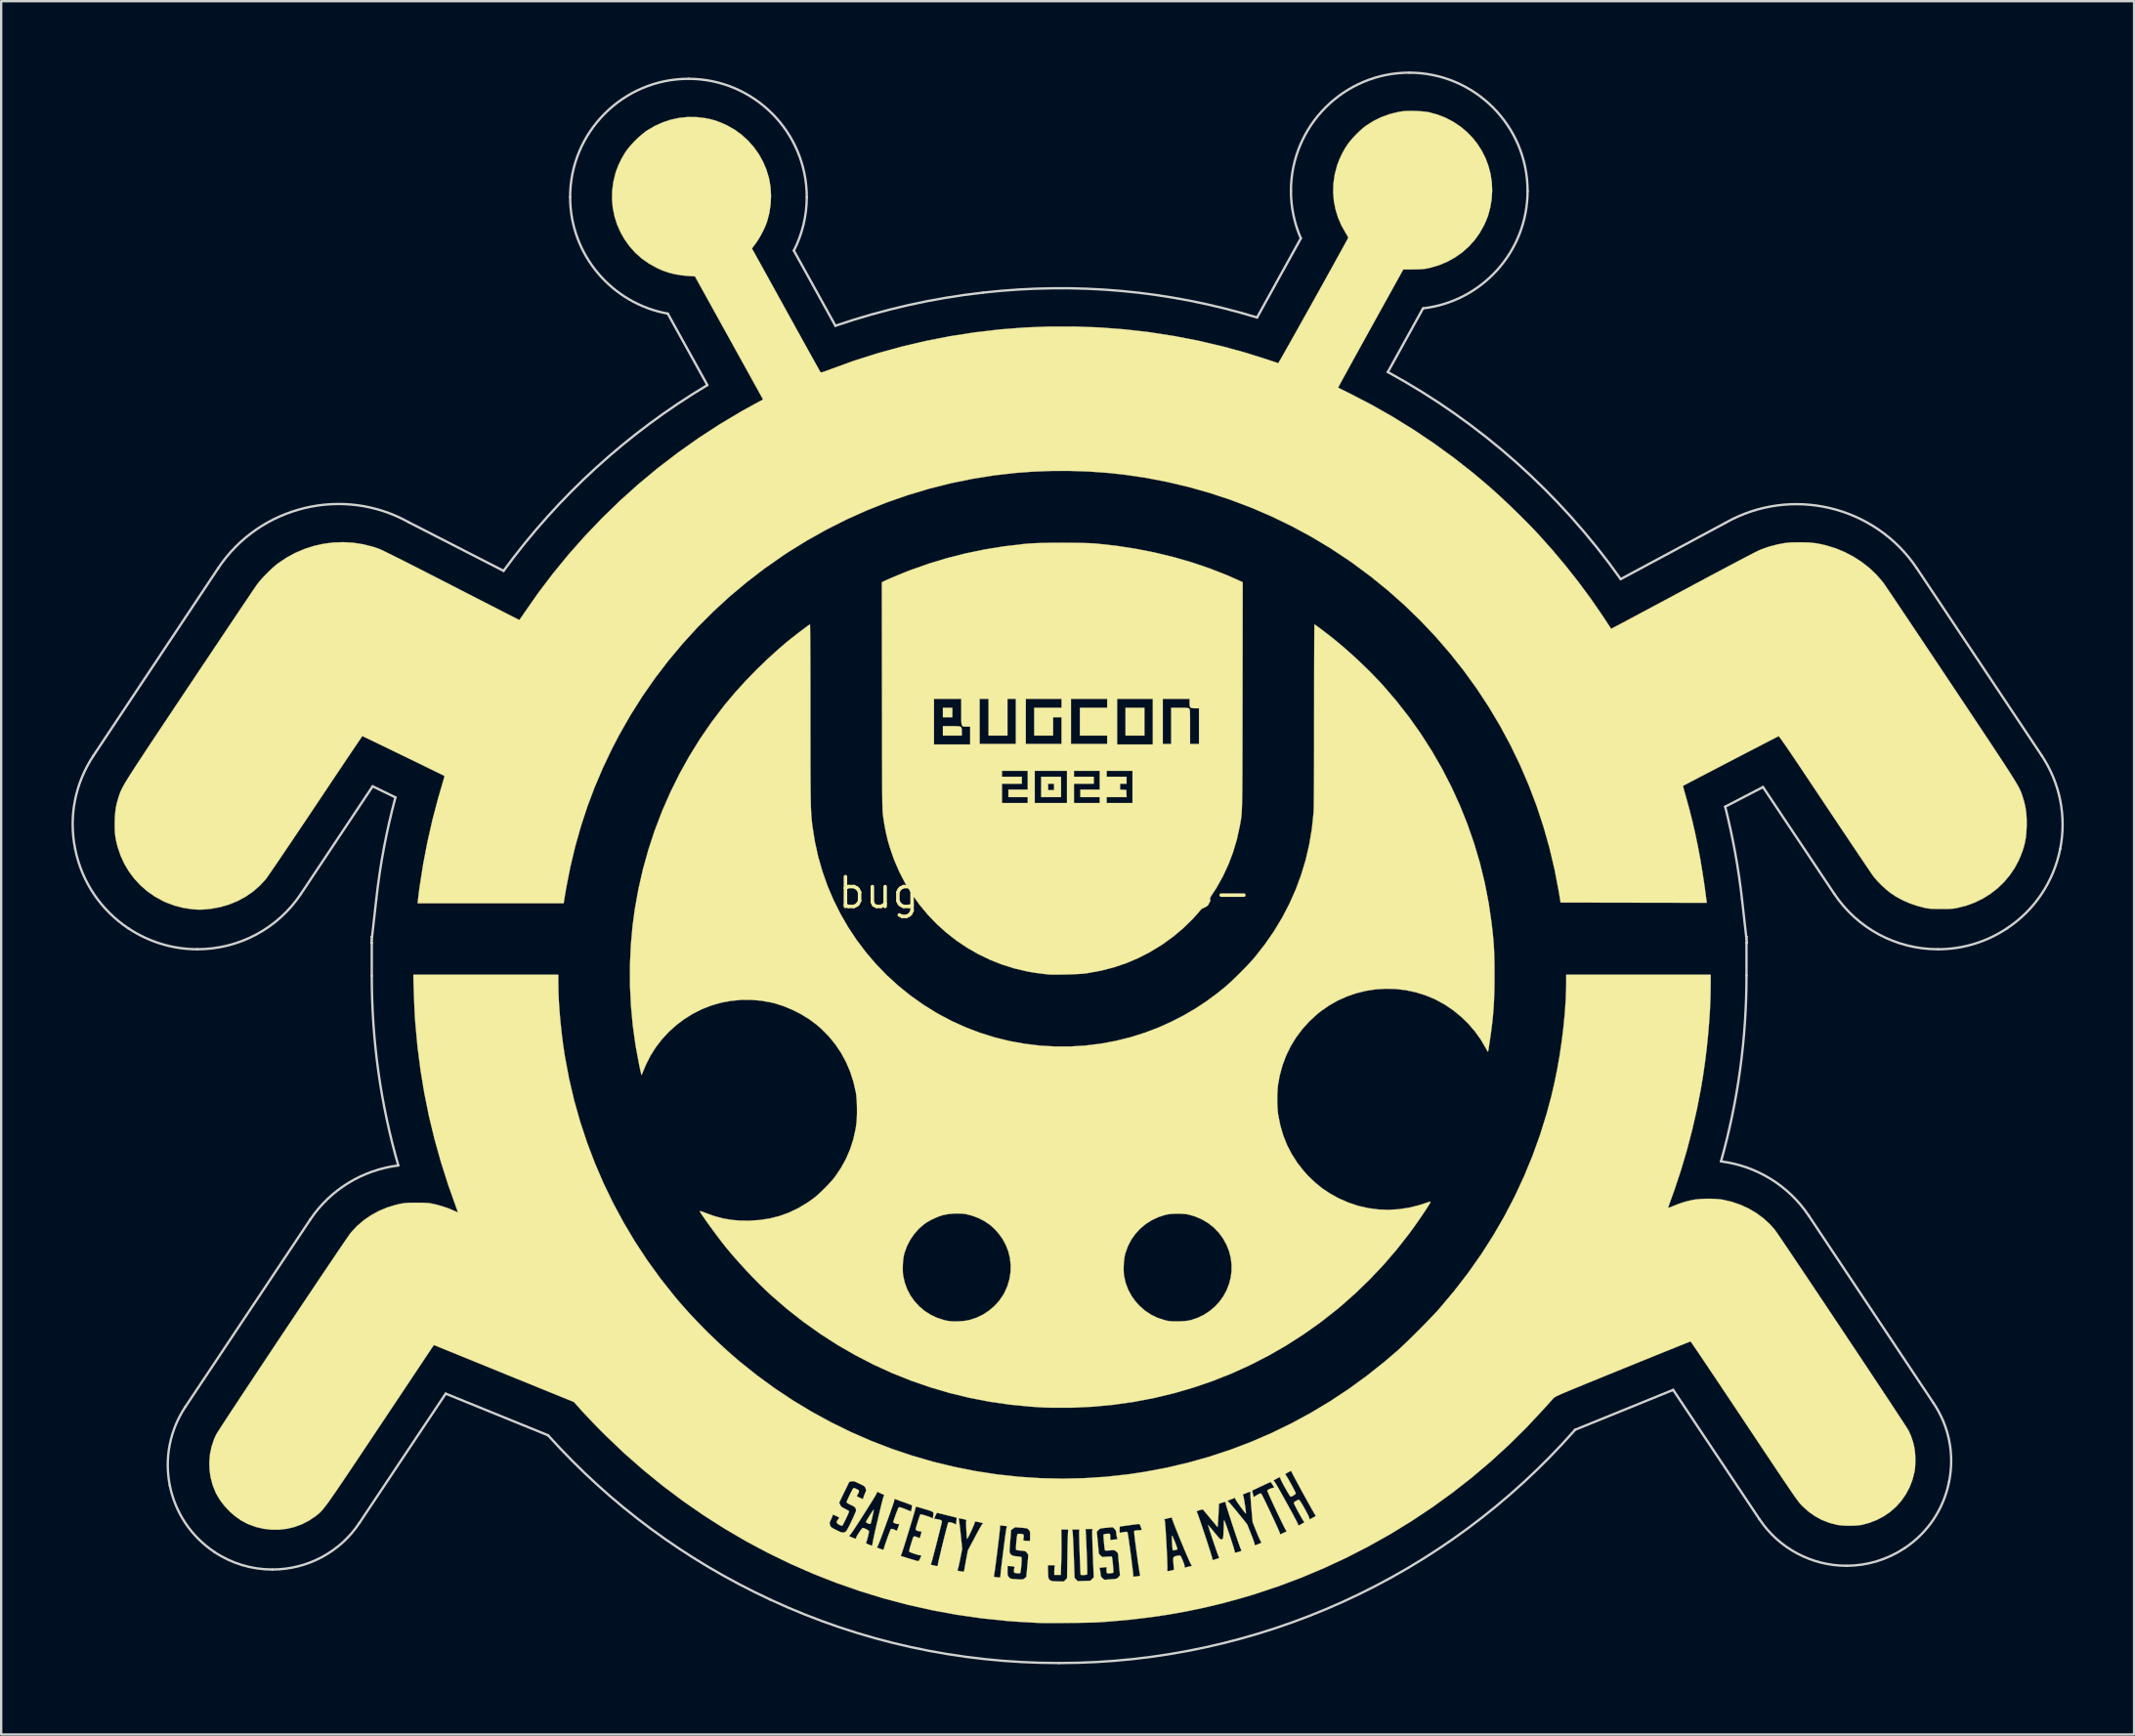
<source format=kicad_pcb>
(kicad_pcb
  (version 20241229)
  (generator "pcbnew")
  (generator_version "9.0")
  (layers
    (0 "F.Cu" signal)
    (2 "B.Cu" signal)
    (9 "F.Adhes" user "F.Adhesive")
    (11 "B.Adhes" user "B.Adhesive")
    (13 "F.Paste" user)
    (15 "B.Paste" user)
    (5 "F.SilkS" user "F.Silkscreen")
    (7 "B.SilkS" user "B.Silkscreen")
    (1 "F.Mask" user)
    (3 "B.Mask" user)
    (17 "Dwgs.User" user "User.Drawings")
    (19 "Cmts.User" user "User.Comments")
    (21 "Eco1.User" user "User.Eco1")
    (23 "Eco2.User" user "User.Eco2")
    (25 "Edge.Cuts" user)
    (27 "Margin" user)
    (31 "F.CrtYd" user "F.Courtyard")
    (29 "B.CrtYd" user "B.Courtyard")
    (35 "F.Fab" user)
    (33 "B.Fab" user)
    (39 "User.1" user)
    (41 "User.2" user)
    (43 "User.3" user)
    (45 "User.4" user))
  (footprint "bug-actualizado-"
    (layer "F.Cu")
    (at 41.505 35.038)
    (property "Reference" "bug-actualizado-" (at 0 0 0) (layer "F.SilkS") (effects (font (size 1.27 1.27) (thickness 0.15))))
    (attr through_hole)
    (fp_poly (pts (xy -3.937 -7.493) (xy -4.339 -7.493) (xy -4.339 -7.895) (xy -3.937 -7.895) (xy -3.937 -7.493)) (stroke (width 0.01) (type solid)) (fill yes) (layer "F.SilkS"))
    (fp_poly (pts (xy 4.255 -6.71) (xy 3.45 -6.71) (xy 3.45 -7.895) (xy 4.255 -7.895) (xy 4.255 -6.71)) (stroke (width 0.01) (type solid)) (fill yes) (layer "F.SilkS"))
    (fp_poly (pts (xy 0.699 -4.085) (xy -0.148 -4.085) (xy -0.148 -4.657) (xy 0.148 -4.657) (xy 0.148 -4.381) (xy 0.402 -4.381) (xy 0.402 -4.657) (xy 0.148 -4.657) (xy -0.148 -4.657) (xy -0.148 -4.953) (xy 0.699 -4.953) (xy 0.699 -4.085)) (stroke (width 0.01) (type solid)) (fill yes) (layer "F.SilkS"))
    (fp_poly (pts (xy -3.826 -7.112) (xy -3.716 -7.109) (xy -3.638 -7.101) (xy -3.587 -7.084) (xy -3.556 -7.056) (xy -3.541 -7.013) (xy -3.535 -6.954) (xy -3.535 -6.874) (xy -3.535 -6.71) (xy -4.339 -6.71) (xy -4.339 -7.112) (xy -3.972 -7.112) (xy -3.826 -7.112)) (stroke (width 0.01) (type solid)) (fill yes) (layer "F.SilkS"))
    (fp_poly (pts (xy 5.436 27.421) (xy 5.456 27.455) (xy 5.485 27.516) (xy 5.52 27.597) (xy 5.557 27.688) (xy 5.593 27.781) (xy 5.624 27.868) (xy 5.648 27.94) (xy 5.66 27.988) (xy 5.66 28.003) (xy 5.628 28.018) (xy 5.573 28.033) (xy 5.553 28.037) (xy 5.464 28.051) (xy 5.453 27.958) (xy 5.444 27.87) (xy 5.436 27.772) (xy 5.431 27.672) (xy 5.428 27.579) (xy 5.427 27.501) (xy 5.428 27.445) (xy 5.433 27.421) (xy 5.436 27.421)) (stroke (width 0.01) (type solid)) (fill yes) (layer "F.SilkS"))
    (fp_poly (pts (xy -7.29 26.316) (xy -7.291 26.338) (xy -7.301 26.392) (xy -7.316 26.47) (xy -7.336 26.561) (xy -7.357 26.657) (xy -7.379 26.749) (xy -7.398 26.827) (xy -7.413 26.883) (xy -7.422 26.907) (xy -7.447 26.922) (xy -7.496 26.914) (xy -7.551 26.892) (xy -7.597 26.866) (xy -7.62 26.841) (xy -7.62 26.837) (xy -7.61 26.81) (xy -7.581 26.757) (xy -7.54 26.687) (xy -7.491 26.606) (xy -7.439 26.523) (xy -7.388 26.445) (xy -7.343 26.379) (xy -7.309 26.334) (xy -7.291 26.316) (xy -7.29 26.316)) (stroke (width 0.01) (type solid)) (fill yes) (layer "F.SilkS"))
    (fp_poly (pts (xy 1.147 -14.934) (xy 1.409 -14.93) (xy 1.655 -14.924) (xy 1.878 -14.917) (xy 2.073 -14.908) (xy 2.233 -14.896) (xy 2.244 -14.895) (xy 3.075 -14.803) (xy 3.898 -14.676) (xy 4.709 -14.515) (xy 5.505 -14.322) (xy 6.282 -14.097) (xy 7.037 -13.841) (xy 7.766 -13.556) (xy 8.261 -13.338) (xy 8.447 -13.252) (xy 8.44 -8.42) (xy 8.439 -7.88) (xy 8.438 -7.381) (xy 8.437 -6.921) (xy 8.437 -6.497) (xy 8.436 -6.109) (xy 8.435 -5.755) (xy 8.434 -5.432) (xy 8.433 -5.139) (xy 8.432 -4.874) (xy 8.43 -4.635) (xy 8.429 -4.422) (xy 8.426 -4.231) (xy 8.424 -4.061) (xy 8.421 -3.91) (xy 8.418 -3.777) (xy 8.414 -3.659) (xy 8.41 -3.556) (xy 8.405 -3.464) (xy 8.4 -3.384) (xy 8.394 -3.311) (xy 8.387 -3.246) (xy 8.38 -3.186) (xy 8.372 -3.129) (xy 8.363 -3.073) (xy 8.353 -3.018) (xy 8.343 -2.96) (xy 8.332 -2.899) (xy 8.319 -2.832) (xy 8.318 -2.826) (xy 8.197 -2.273) (xy 8.036 -1.734) (xy 7.838 -1.211) (xy 7.602 -0.704) (xy 7.331 -0.217) (xy 7.026 0.249) (xy 6.688 0.692) (xy 6.319 1.11) (xy 5.919 1.501) (xy 5.49 1.862) (xy 5.033 2.193) (xy 4.974 2.232) (xy 4.487 2.528) (xy 3.989 2.784) (xy 3.477 3.001) (xy 2.949 3.179) (xy 2.403 3.32) (xy 1.837 3.424) (xy 1.714 3.441) (xy 1.627 3.45) (xy 1.506 3.458) (xy 1.36 3.466) (xy 1.195 3.473) (xy 1.019 3.479) (xy 0.84 3.483) (xy 0.666 3.486) (xy 0.503 3.487) (xy 0.36 3.487) (xy 0.243 3.484) (xy 0.161 3.48) (xy 0.159 3.479) (xy -0.061 3.455) (xy -0.283 3.427) (xy -0.494 3.396) (xy -0.681 3.364) (xy -0.741 3.353) (xy -1.29 3.224) (xy -1.824 3.056) (xy -2.34 2.851) (xy -2.838 2.61) (xy -3.315 2.336) (xy -3.77 2.029) (xy -4.201 1.692) (xy -4.607 1.325) (xy -4.986 0.93) (xy -5.336 0.508) (xy -5.657 0.062) (xy -5.946 -0.408) (xy -6.201 -0.9) (xy -6.422 -1.412) (xy -6.606 -1.943) (xy -6.689 -2.233) (xy -6.749 -2.48) (xy -6.803 -2.737) (xy -6.852 -3.017) (xy -6.884 -3.228) (xy -6.889 -3.263) (xy -6.894 -3.297) (xy -6.898 -3.332) (xy -6.902 -3.369) (xy -6.906 -3.411) (xy -6.909 -3.458) (xy -6.912 -3.513) (xy -6.915 -3.577) (xy -6.917 -3.652) (xy -6.92 -3.74) (xy -6.922 -3.842) (xy -6.924 -3.96) (xy -6.925 -4.096) (xy -6.927 -4.252) (xy -6.928 -4.429) (xy -6.929 -4.629) (xy -6.93 -4.854) (xy -6.931 -5.106) (xy -6.931 -5.207) (xy -1.82 -5.207) (xy -1.82 -4.953) (xy -0.974 -4.953) (xy -0.974 -4.657) (xy -1.82 -4.657) (xy -1.82 -3.831) (xy -0.72 -3.831) (xy -0.72 -4.085) (xy -1.545 -4.085) (xy -1.545 -4.403) (xy -0.72 -4.403) (xy -0.72 -5.207) (xy -0.423 -5.207) (xy -0.423 -3.831) (xy 0.953 -3.831) (xy 0.953 -5.207) (xy 1.249 -5.207) (xy 1.249 -4.953) (xy 2.095 -4.953) (xy 2.095 -4.657) (xy 1.249 -4.657) (xy 1.249 -3.831) (xy 2.349 -3.831) (xy 2.349 -4.085) (xy 1.524 -4.085) (xy 1.524 -4.403) (xy 2.349 -4.403) (xy 2.349 -5.207) (xy 2.646 -5.207) (xy 2.646 -4.953) (xy 3.493 -4.953) (xy 3.493 -4.657) (xy 3.217 -4.657) (xy 3.217 -4.405) (xy 3.35 -4.398) (xy 3.482 -4.392) (xy 3.488 -4.239) (xy 3.494 -4.085) (xy 2.646 -4.085) (xy 2.646 -3.831) (xy 3.747 -3.831) (xy 3.747 -5.207) (xy 2.646 -5.207) (xy 2.349 -5.207) (xy 1.249 -5.207) (xy 0.953 -5.207) (xy -0.423 -5.207) (xy -0.72 -5.207) (xy -1.82 -5.207) (xy -6.931 -5.207) (xy -6.932 -5.385) (xy -6.933 -5.695) (xy -6.933 -6.036) (xy -6.934 -6.41) (xy -6.935 -6.82) (xy -6.935 -7.266) (xy -6.936 -7.751) (xy -6.937 -8.276) (xy -6.937 -8.276) (xy -4.72 -8.276) (xy -4.72 -6.329) (xy -3.175 -6.329) (xy -3.175 -7.091) (xy -3.327 -7.091) (xy -3.392 -7.091) (xy -3.444 -7.093) (xy -3.484 -7.102) (xy -3.512 -7.123) (xy -3.533 -7.16) (xy -3.545 -7.217) (xy -3.552 -7.299) (xy -3.555 -7.41) (xy -3.556 -7.556) (xy -3.556 -7.719) (xy -3.556 -8.276) (xy -2.773 -8.276) (xy -2.773 -6.35) (xy -1.228 -6.35) (xy -1.228 -8.276) (xy -0.804 -8.276) (xy -0.804 -6.35) (xy 0.72 -6.35) (xy 0.72 -7.493) (xy 0.36 -7.493) (xy 0.36 -6.71) (xy -0.445 -6.71) (xy -0.445 -7.895) (xy 0.72 -7.895) (xy 0.72 -8.276) (xy 1.122 -8.276) (xy 1.122 -6.35) (xy 2.667 -6.35) (xy 2.667 -6.71) (xy 1.503 -6.71) (xy 1.503 -7.895) (xy 2.667 -7.895) (xy 2.667 -8.276) (xy 3.09 -8.276) (xy 3.09 -6.329) (xy 4.614 -6.329) (xy 4.614 -8.276) (xy 5.038 -8.276) (xy 5.038 -6.35) (xy 5.397 -6.35) (xy 5.397 -7.895) (xy 5.761 -7.895) (xy 5.897 -7.895) (xy 5.997 -7.893) (xy 6.068 -7.889) (xy 6.115 -7.882) (xy 6.145 -7.872) (xy 6.163 -7.86) (xy 6.173 -7.848) (xy 6.182 -7.831) (xy 6.188 -7.804) (xy 6.193 -7.762) (xy 6.197 -7.702) (xy 6.199 -7.619) (xy 6.201 -7.509) (xy 6.202 -7.367) (xy 6.202 -7.189) (xy 6.202 -7.088) (xy 6.202 -6.35) (xy 6.583 -6.35) (xy 6.583 -7.874) (xy 6.42 -7.874) (xy 6.317 -7.877) (xy 6.248 -7.891) (xy 6.207 -7.923) (xy 6.187 -7.98) (xy 6.181 -8.068) (xy 6.181 -8.11) (xy 6.181 -8.276) (xy 5.038 -8.276) (xy 4.614 -8.276) (xy 3.09 -8.276) (xy 2.667 -8.276) (xy 1.122 -8.276) (xy 0.72 -8.276) (xy -0.804 -8.276) (xy -1.228 -8.276) (xy -1.587 -8.276) (xy -1.587 -6.71) (xy -2.392 -6.71) (xy -2.392 -8.276) (xy -2.773 -8.276) (xy -3.556 -8.276) (xy -4.72 -8.276) (xy -6.937 -8.276) (xy -6.937 -8.397) (xy -6.944 -13.249) (xy -6.861 -13.291) (xy -6.79 -13.325) (xy -6.687 -13.371) (xy -6.559 -13.427) (xy -6.414 -13.489) (xy -6.258 -13.554) (xy -6.1 -13.619) (xy -5.946 -13.681) (xy -5.804 -13.737) (xy -5.704 -13.775) (xy -4.935 -14.046) (xy -4.159 -14.281) (xy -3.371 -14.481) (xy -2.568 -14.647) (xy -1.746 -14.78) (xy -0.899 -14.88) (xy -0.741 -14.895) (xy -0.585 -14.906) (xy -0.394 -14.916) (xy -0.173 -14.924) (xy 0.071 -14.929) (xy 0.332 -14.933) (xy 0.602 -14.935) (xy 0.876 -14.935) (xy 1.147 -14.934)) (stroke (width 0.01) (type solid)) (fill yes) (layer "F.SilkS"))
    (fp_poly (pts (xy 11.531 -11.439) (xy 11.582 -11.403) (xy 11.657 -11.349) (xy 11.751 -11.279) (xy 11.859 -11.198) (xy 11.976 -11.108) (xy 12.098 -11.014) (xy 12.22 -10.918) (xy 12.336 -10.826) (xy 12.414 -10.763) (xy 12.726 -10.502) (xy 13.051 -10.216) (xy 13.38 -9.915) (xy 13.703 -9.605) (xy 14.012 -9.296) (xy 14.298 -8.997) (xy 14.421 -8.863) (xy 14.996 -8.195) (xy 15.537 -7.504) (xy 16.043 -6.789) (xy 16.514 -6.053) (xy 16.95 -5.298) (xy 17.349 -4.523) (xy 17.71 -3.732) (xy 18.034 -2.924) (xy 18.319 -2.103) (xy 18.566 -1.268) (xy 18.772 -0.423) (xy 18.938 0.433) (xy 19.06 1.27) (xy 19.09 1.531) (xy 19.116 1.766) (xy 19.137 1.986) (xy 19.153 2.196) (xy 19.166 2.406) (xy 19.175 2.624) (xy 19.181 2.857) (xy 19.184 3.114) (xy 19.186 3.402) (xy 19.186 3.503) (xy 19.185 3.893) (xy 19.178 4.25) (xy 19.166 4.582) (xy 19.148 4.898) (xy 19.124 5.207) (xy 19.093 5.517) (xy 19.053 5.837) (xy 19.006 6.176) (xy 18.996 6.244) (xy 18.977 6.368) (xy 18.96 6.485) (xy 18.945 6.584) (xy 18.934 6.656) (xy 18.93 6.683) (xy 18.92 6.738) (xy 18.908 6.77) (xy 18.904 6.773) (xy 18.889 6.756) (xy 18.861 6.71) (xy 18.825 6.645) (xy 18.819 6.633) (xy 18.606 6.266) (xy 18.356 5.916) (xy 18.074 5.588) (xy 17.764 5.286) (xy 17.428 5.011) (xy 17.071 4.769) (xy 16.697 4.563) (xy 16.642 4.536) (xy 16.238 4.368) (xy 15.824 4.24) (xy 15.403 4.151) (xy 14.977 4.1) (xy 14.551 4.089) (xy 14.125 4.115) (xy 13.705 4.18) (xy 13.291 4.282) (xy 12.888 4.421) (xy 12.498 4.596) (xy 12.125 4.809) (xy 11.77 5.057) (xy 11.631 5.168) (xy 11.295 5.476) (xy 10.994 5.809) (xy 10.727 6.164) (xy 10.496 6.541) (xy 10.302 6.938) (xy 10.145 7.354) (xy 10.027 7.787) (xy 9.958 8.16) (xy 9.939 8.33) (xy 9.927 8.527) (xy 9.921 8.74) (xy 9.923 8.956) (xy 9.93 9.162) (xy 9.945 9.348) (xy 9.958 9.451) (xy 10.047 9.904) (xy 10.173 10.337) (xy 10.336 10.749) (xy 10.536 11.14) (xy 10.773 11.511) (xy 11.047 11.861) (xy 11.239 12.073) (xy 11.531 12.353) (xy 11.832 12.598) (xy 12.154 12.815) (xy 12.506 13.011) (xy 12.562 13.039) (xy 12.968 13.217) (xy 13.384 13.354) (xy 13.809 13.451) (xy 14.24 13.507) (xy 14.674 13.522) (xy 15.111 13.496) (xy 15.547 13.429) (xy 15.98 13.321) (xy 16.204 13.248) (xy 16.298 13.216) (xy 16.378 13.191) (xy 16.435 13.176) (xy 16.46 13.172) (xy 16.46 13.173) (xy 16.455 13.195) (xy 16.427 13.249) (xy 16.38 13.328) (xy 16.315 13.431) (xy 16.237 13.552) (xy 16.146 13.687) (xy 16.047 13.834) (xy 15.941 13.987) (xy 15.831 14.144) (xy 15.721 14.3) (xy 15.611 14.451) (xy 15.536 14.552) (xy 15.018 15.213) (xy 14.464 15.857) (xy 13.88 16.477) (xy 13.268 17.07) (xy 12.635 17.631) (xy 12.457 17.779) (xy 11.761 18.325) (xy 11.043 18.834) (xy 10.306 19.306) (xy 9.551 19.741) (xy 8.777 20.138) (xy 7.987 20.497) (xy 7.181 20.818) (xy 6.361 21.1) (xy 5.527 21.343) (xy 4.68 21.547) (xy 3.822 21.711) (xy 2.953 21.835) (xy 2.075 21.919) (xy 1.188 21.962) (xy 0.294 21.963) (xy 0.042 21.956) (xy -0.035 21.953) (xy -0.144 21.947) (xy -0.277 21.939) (xy -0.422 21.929) (xy -0.57 21.919) (xy -0.593 21.918) (xy -1.471 21.834) (xy -2.34 21.709) (xy -3.199 21.543) (xy -4.047 21.338) (xy -4.882 21.092) (xy -5.704 20.808) (xy -6.511 20.484) (xy -7.302 20.123) (xy -8.076 19.723) (xy -8.832 19.287) (xy -9.569 18.813) (xy -10.286 18.303) (xy -10.982 17.758) (xy -11.635 17.194) (xy -11.895 16.953) (xy -12.171 16.684) (xy -12.456 16.395) (xy -12.741 16.094) (xy -12.782 16.049) (xy -6.052 16.049) (xy -6.047 16.209) (xy -6.033 16.336) (xy -5.964 16.637) (xy -5.858 16.922) (xy -5.717 17.187) (xy -5.543 17.43) (xy -5.34 17.649) (xy -5.11 17.841) (xy -4.855 18.003) (xy -4.579 18.132) (xy -4.283 18.227) (xy -4.145 18.257) (xy -3.997 18.276) (xy -3.823 18.283) (xy -3.636 18.278) (xy -3.45 18.263) (xy -3.28 18.237) (xy -3.19 18.217) (xy -2.901 18.121) (xy -2.627 17.988) (xy -2.372 17.821) (xy -2.142 17.625) (xy -1.94 17.402) (xy -1.769 17.155) (xy -1.713 17.054) (xy -1.587 16.77) (xy -1.501 16.478) (xy -1.455 16.181) (xy -1.452 16.081) (xy 3.368 16.081) (xy 3.375 16.237) (xy 3.386 16.336) (xy 3.456 16.642) (xy 3.564 16.931) (xy 3.711 17.202) (xy 3.895 17.453) (xy 4.041 17.612) (xy 4.278 17.821) (xy 4.533 17.992) (xy 4.81 18.127) (xy 5.109 18.225) (xy 5.241 18.256) (xy 5.355 18.272) (xy 5.497 18.281) (xy 5.658 18.282) (xy 5.824 18.277) (xy 5.984 18.266) (xy 6.126 18.248) (xy 6.232 18.227) (xy 6.525 18.128) (xy 6.796 17.997) (xy 7.043 17.835) (xy 7.264 17.647) (xy 7.459 17.436) (xy 7.624 17.204) (xy 7.76 16.954) (xy 7.864 16.69) (xy 7.935 16.416) (xy 7.971 16.133) (xy 7.972 15.845) (xy 7.935 15.556) (xy 7.859 15.267) (xy 7.758 15.015) (xy 7.606 14.739) (xy 7.422 14.491) (xy 7.209 14.272) (xy 6.968 14.083) (xy 6.702 13.926) (xy 6.412 13.803) (xy 6.132 13.722) (xy 6 13.701) (xy 5.84 13.689) (xy 5.665 13.685) (xy 5.489 13.69) (xy 5.326 13.704) (xy 5.187 13.726) (xy 5.163 13.732) (xy 4.86 13.828) (xy 4.578 13.959) (xy 4.318 14.123) (xy 4.084 14.316) (xy 3.878 14.538) (xy 3.702 14.784) (xy 3.56 15.053) (xy 3.453 15.342) (xy 3.426 15.438) (xy 3.4 15.573) (xy 3.382 15.734) (xy 3.371 15.908) (xy 3.368 16.081) (xy -1.452 16.081) (xy -1.447 15.884) (xy -1.478 15.59) (xy -1.547 15.303) (xy -1.654 15.025) (xy -1.797 14.762) (xy -1.976 14.516) (xy -2.083 14.396) (xy -2.163 14.317) (xy -2.247 14.238) (xy -2.323 14.172) (xy -2.349 14.151) (xy -2.571 14.002) (xy -2.818 13.875) (xy -3.078 13.776) (xy -3.338 13.708) (xy -3.426 13.694) (xy -3.618 13.677) (xy -3.83 13.678) (xy -4.047 13.695) (xy -4.25 13.727) (xy -4.329 13.745) (xy -4.496 13.798) (xy -4.678 13.873) (xy -4.861 13.961) (xy -5.028 14.057) (xy -5.145 14.138) (xy -5.37 14.334) (xy -5.57 14.561) (xy -5.74 14.813) (xy -5.879 15.085) (xy -5.981 15.371) (xy -5.993 15.416) (xy -6.019 15.546) (xy -6.038 15.703) (xy -6.049 15.876) (xy -6.052 16.049) (xy -12.782 16.049) (xy -13.021 15.788) (xy -13.287 15.486) (xy -13.533 15.195) (xy -13.555 15.168) (xy -13.645 15.056) (xy -13.746 14.928) (xy -13.854 14.787) (xy -13.967 14.638) (xy -14.081 14.485) (xy -14.194 14.331) (xy -14.303 14.181) (xy -14.405 14.039) (xy -14.497 13.909) (xy -14.577 13.794) (xy -14.64 13.7) (xy -14.685 13.629) (xy -14.708 13.586) (xy -14.71 13.577) (xy -14.692 13.576) (xy -14.642 13.589) (xy -14.566 13.614) (xy -14.472 13.649) (xy -14.43 13.666) (xy -14.071 13.794) (xy -13.714 13.889) (xy -13.352 13.951) (xy -12.975 13.983) (xy -12.584 13.985) (xy -12.139 13.955) (xy -11.712 13.888) (xy -11.302 13.783) (xy -10.906 13.639) (xy -10.52 13.455) (xy -10.142 13.231) (xy -9.885 13.052) (xy -9.769 12.96) (xy -9.635 12.842) (xy -9.491 12.707) (xy -9.345 12.563) (xy -9.205 12.417) (xy -9.079 12.278) (xy -8.974 12.153) (xy -8.939 12.107) (xy -8.685 11.73) (xy -8.47 11.338) (xy -8.295 10.93) (xy -8.159 10.508) (xy -8.063 10.071) (xy -8.032 9.86) (xy -8.017 9.707) (xy -8.008 9.527) (xy -8.004 9.33) (xy -8.006 9.128) (xy -8.012 8.931) (xy -8.024 8.75) (xy -8.04 8.594) (xy -8.052 8.52) (xy -8.154 8.066) (xy -8.293 7.634) (xy -8.469 7.222) (xy -8.679 6.833) (xy -8.925 6.466) (xy -9.205 6.124) (xy -9.519 5.806) (xy -9.741 5.614) (xy -10.049 5.386) (xy -10.387 5.178) (xy -10.745 4.995) (xy -11.114 4.84) (xy -11.485 4.72) (xy -11.642 4.68) (xy -12.07 4.602) (xy -12.507 4.564) (xy -12.947 4.566) (xy -13.386 4.608) (xy -13.811 4.688) (xy -14.224 4.807) (xy -14.623 4.965) (xy -15.005 5.158) (xy -15.369 5.385) (xy -15.711 5.643) (xy -16.029 5.93) (xy -16.32 6.244) (xy -16.581 6.582) (xy -16.809 6.943) (xy -17.002 7.323) (xy -17.07 7.482) (xy -17.116 7.595) (xy -17.148 7.674) (xy -17.169 7.725) (xy -17.183 7.754) (xy -17.191 7.766) (xy -17.195 7.767) (xy -17.197 7.766) (xy -17.204 7.743) (xy -17.217 7.686) (xy -17.237 7.6) (xy -17.261 7.493) (xy -17.287 7.369) (xy -17.29 7.355) (xy -17.447 6.518) (xy -17.565 5.67) (xy -17.644 4.814) (xy -17.685 3.954) (xy -17.687 3.096) (xy -17.65 2.241) (xy -17.574 1.395) (xy -17.483 0.714) (xy -17.329 -0.148) (xy -17.135 -1) (xy -16.901 -1.841) (xy -16.628 -2.67) (xy -16.317 -3.484) (xy -15.968 -4.281) (xy -15.583 -5.061) (xy -15.161 -5.821) (xy -14.704 -6.56) (xy -14.213 -7.275) (xy -13.688 -7.966) (xy -13.601 -8.075) (xy -13.194 -8.556) (xy -12.755 -9.04) (xy -12.292 -9.517) (xy -11.812 -9.981) (xy -11.325 -10.421) (xy -11.007 -10.693) (xy -10.918 -10.765) (xy -10.815 -10.848) (xy -10.701 -10.938) (xy -10.582 -11.03) (xy -10.462 -11.122) (xy -10.347 -11.21) (xy -10.241 -11.289) (xy -10.149 -11.357) (xy -10.077 -11.409) (xy -10.028 -11.441) (xy -10.009 -11.451) (xy -10.007 -11.43) (xy -10.005 -11.369) (xy -10.003 -11.269) (xy -10.002 -11.131) (xy -10 -10.959) (xy -9.998 -10.753) (xy -9.997 -10.515) (xy -9.995 -10.247) (xy -9.994 -9.951) (xy -9.993 -9.629) (xy -9.992 -9.282) (xy -9.992 -8.912) (xy -9.991 -8.521) (xy -9.991 -8.11) (xy -9.991 -7.682) (xy -9.991 -7.643) (xy -9.991 -7.15) (xy -9.991 -6.697) (xy -9.99 -6.282) (xy -9.99 -5.903) (xy -9.989 -5.558) (xy -9.988 -5.246) (xy -9.987 -4.963) (xy -9.986 -4.709) (xy -9.984 -4.48) (xy -9.982 -4.275) (xy -9.979 -4.091) (xy -9.976 -3.927) (xy -9.973 -3.781) (xy -9.969 -3.65) (xy -9.964 -3.533) (xy -9.959 -3.427) (xy -9.953 -3.331) (xy -9.947 -3.241) (xy -9.94 -3.157) (xy -9.932 -3.076) (xy -9.923 -2.997) (xy -9.913 -2.916) (xy -9.906 -2.857) (xy -9.802 -2.195) (xy -9.659 -1.545) (xy -9.476 -0.908) (xy -9.256 -0.286) (xy -8.998 0.318) (xy -8.704 0.905) (xy -8.376 1.472) (xy -8.013 2.018) (xy -7.618 2.541) (xy -7.191 3.04) (xy -6.732 3.514) (xy -6.244 3.96) (xy -5.727 4.378) (xy -5.182 4.765) (xy -4.609 5.121) (xy -4.554 5.153) (xy -3.968 5.464) (xy -3.367 5.737) (xy -2.753 5.971) (xy -2.127 6.166) (xy -1.493 6.322) (xy -0.852 6.438) (xy -0.206 6.516) (xy 0.444 6.555) (xy 1.094 6.554) (xy 1.744 6.514) (xy 2.391 6.434) (xy 3.033 6.315) (xy 3.668 6.157) (xy 4.294 5.959) (xy 4.91 5.721) (xy 5.408 5.495) (xy 5.927 5.228) (xy 6.416 4.944) (xy 6.885 4.636) (xy 7.344 4.298) (xy 7.673 4.033) (xy 7.797 3.926) (xy 7.943 3.793) (xy 8.102 3.641) (xy 8.27 3.478) (xy 8.438 3.309) (xy 8.601 3.141) (xy 8.751 2.982) (xy 8.882 2.838) (xy 8.974 2.731) (xy 9.398 2.189) (xy 9.785 1.629) (xy 10.133 1.052) (xy 10.442 0.458) (xy 10.712 -0.152) (xy 10.943 -0.776) (xy 11.135 -1.416) (xy 11.286 -2.069) (xy 11.398 -2.736) (xy 11.469 -3.415) (xy 11.472 -3.454) (xy 11.474 -3.519) (xy 11.477 -3.625) (xy 11.48 -3.771) (xy 11.482 -3.957) (xy 11.484 -4.182) (xy 11.486 -4.445) (xy 11.488 -4.745) (xy 11.49 -5.08) (xy 11.491 -5.451) (xy 11.492 -5.857) (xy 11.493 -6.295) (xy 11.493 -6.766) (xy 11.493 -7.269) (xy 11.493 -7.608) (xy 11.494 -8.008) (xy 11.494 -8.397) (xy 11.494 -8.771) (xy 11.495 -9.131) (xy 11.495 -9.472) (xy 11.496 -9.793) (xy 11.497 -10.093) (xy 11.498 -10.368) (xy 11.499 -10.617) (xy 11.5 -10.837) (xy 11.501 -11.028) (xy 11.502 -11.185) (xy 11.504 -11.308) (xy 11.505 -11.395) (xy 11.507 -11.442) (xy 11.508 -11.451) (xy 11.531 -11.439)) (stroke (width 0.01) (type solid)) (fill yes) (layer "F.SilkS"))
    (fp_poly (pts (xy 15.718 -33.356) (xy 15.899 -33.35) (xy 16.076 -33.339) (xy 16.235 -33.323) (xy 16.367 -33.304) (xy 16.399 -33.297) (xy 16.766 -33.196) (xy 17.111 -33.06) (xy 17.433 -32.891) (xy 17.731 -32.692) (xy 18.003 -32.466) (xy 18.248 -32.215) (xy 18.465 -31.941) (xy 18.651 -31.647) (xy 18.807 -31.335) (xy 18.929 -31.008) (xy 19.018 -30.668) (xy 19.071 -30.317) (xy 19.087 -29.958) (xy 19.065 -29.593) (xy 19.004 -29.226) (xy 18.92 -28.914) (xy 18.884 -28.812) (xy 18.835 -28.69) (xy 18.779 -28.563) (xy 18.73 -28.459) (xy 18.547 -28.134) (xy 18.331 -27.835) (xy 18.084 -27.563) (xy 17.809 -27.32) (xy 17.507 -27.108) (xy 17.183 -26.928) (xy 16.836 -26.781) (xy 16.47 -26.671) (xy 16.362 -26.646) (xy 16.27 -26.628) (xy 16.181 -26.615) (xy 16.085 -26.606) (xy 15.971 -26.6) (xy 15.832 -26.596) (xy 15.717 -26.594) (xy 15.294 -26.59) (xy 13.902 -24.076) (xy 13.735 -23.774) (xy 13.574 -23.482) (xy 13.419 -23.202) (xy 13.273 -22.938) (xy 13.136 -22.689) (xy 13.01 -22.46) (xy 12.896 -22.251) (xy 12.794 -22.066) (xy 12.707 -21.906) (xy 12.634 -21.773) (xy 12.578 -21.669) (xy 12.54 -21.597) (xy 12.52 -21.559) (xy 12.518 -21.553) (xy 12.539 -21.542) (xy 12.592 -21.515) (xy 12.672 -21.474) (xy 12.775 -21.423) (xy 12.895 -21.363) (xy 12.989 -21.317) (xy 13.912 -20.839) (xy 14.822 -20.323) (xy 15.716 -19.771) (xy 16.59 -19.185) (xy 17.439 -18.569) (xy 18.26 -17.925) (xy 18.785 -17.485) (xy 19.066 -17.239) (xy 19.364 -16.969) (xy 19.673 -16.682) (xy 19.983 -16.385) (xy 20.289 -16.086) (xy 20.583 -15.792) (xy 20.856 -15.51) (xy 21.061 -15.293) (xy 21.648 -14.637) (xy 22.219 -13.957) (xy 22.768 -13.262) (xy 23.288 -12.558) (xy 23.775 -11.853) (xy 23.935 -11.61) (xy 24.004 -11.504) (xy 24.064 -11.411) (xy 24.113 -11.337) (xy 24.147 -11.286) (xy 24.161 -11.265) (xy 24.161 -11.265) (xy 24.18 -11.274) (xy 24.235 -11.302) (xy 24.322 -11.348) (xy 24.442 -11.411) (xy 24.59 -11.49) (xy 24.767 -11.583) (xy 24.968 -11.691) (xy 25.194 -11.811) (xy 25.441 -11.943) (xy 25.708 -12.086) (xy 25.992 -12.238) (xy 26.293 -12.399) (xy 26.607 -12.567) (xy 26.933 -12.742) (xy 27.234 -12.904) (xy 27.65 -13.127) (xy 28.044 -13.337) (xy 28.413 -13.535) (xy 28.756 -13.718) (xy 29.073 -13.886) (xy 29.363 -14.039) (xy 29.624 -14.177) (xy 29.854 -14.298) (xy 30.054 -14.402) (xy 30.221 -14.488) (xy 30.355 -14.557) (xy 30.455 -14.606) (xy 30.519 -14.636) (xy 30.533 -14.642) (xy 30.878 -14.764) (xy 31.235 -14.858) (xy 31.468 -14.904) (xy 31.574 -14.922) (xy 31.673 -14.934) (xy 31.774 -14.943) (xy 31.888 -14.949) (xy 32.025 -14.952) (xy 32.194 -14.953) (xy 32.194 -14.953) (xy 32.412 -14.951) (xy 32.6 -14.944) (xy 32.768 -14.93) (xy 32.929 -14.908) (xy 33.094 -14.877) (xy 33.274 -14.836) (xy 33.337 -14.82) (xy 33.732 -14.7) (xy 34.115 -14.542) (xy 34.483 -14.35) (xy 34.832 -14.126) (xy 35.158 -13.874) (xy 35.455 -13.596) (xy 35.72 -13.295) (xy 35.77 -13.231) (xy 35.793 -13.198) (xy 35.839 -13.132) (xy 35.905 -13.035) (xy 35.992 -12.906) (xy 36.098 -12.749) (xy 36.222 -12.565) (xy 36.362 -12.356) (xy 36.519 -12.122) (xy 36.691 -11.866) (xy 36.876 -11.59) (xy 37.074 -11.294) (xy 37.283 -10.981) (xy 37.503 -10.652) (xy 37.732 -10.309) (xy 37.969 -9.954) (xy 38.214 -9.587) (xy 38.464 -9.212) (xy 38.651 -8.932) (xy 38.959 -8.47) (xy 39.245 -8.041) (xy 39.509 -7.644) (xy 39.753 -7.278) (xy 39.976 -6.942) (xy 40.181 -6.634) (xy 40.368 -6.352) (xy 40.537 -6.096) (xy 40.691 -5.864) (xy 40.828 -5.654) (xy 40.952 -5.465) (xy 41.062 -5.295) (xy 41.159 -5.144) (xy 41.245 -5.009) (xy 41.32 -4.889) (xy 41.385 -4.784) (xy 41.441 -4.69) (xy 41.489 -4.608) (xy 41.53 -4.535) (xy 41.564 -4.47) (xy 41.593 -4.412) (xy 41.618 -4.359) (xy 41.639 -4.31) (xy 41.657 -4.264) (xy 41.674 -4.218) (xy 41.69 -4.172) (xy 41.706 -4.124) (xy 41.708 -4.117) (xy 41.78 -3.875) (xy 41.833 -3.643) (xy 41.866 -3.408) (xy 41.883 -3.16) (xy 41.884 -2.886) (xy 41.882 -2.809) (xy 41.869 -2.562) (xy 41.845 -2.343) (xy 41.808 -2.138) (xy 41.755 -1.933) (xy 41.699 -1.759) (xy 41.554 -1.399) (xy 41.373 -1.061) (xy 41.159 -0.746) (xy 40.914 -0.456) (xy 40.641 -0.193) (xy 40.341 0.04) (xy 40.017 0.243) (xy 39.672 0.412) (xy 39.307 0.546) (xy 38.937 0.64) (xy 38.852 0.657) (xy 38.774 0.669) (xy 38.692 0.677) (xy 38.6 0.683) (xy 38.488 0.686) (xy 38.349 0.687) (xy 38.227 0.687) (xy 38.063 0.686) (xy 37.932 0.684) (xy 37.828 0.679) (xy 37.741 0.673) (xy 37.664 0.663) (xy 37.588 0.65) (xy 37.529 0.638) (xy 37.208 0.554) (xy 36.892 0.444) (xy 36.59 0.312) (xy 36.31 0.161) (xy 36.068 -0.001) (xy 35.883 -0.15) (xy 35.696 -0.321) (xy 35.521 -0.5) (xy 35.37 -0.675) (xy 35.36 -0.688) (xy 35.334 -0.724) (xy 35.285 -0.793) (xy 35.216 -0.894) (xy 35.128 -1.024) (xy 35.021 -1.181) (xy 34.898 -1.364) (xy 34.759 -1.57) (xy 34.606 -1.798) (xy 34.44 -2.044) (xy 34.263 -2.309) (xy 34.075 -2.589) (xy 33.879 -2.882) (xy 33.675 -3.187) (xy 33.465 -3.501) (xy 33.283 -3.774) (xy 33.021 -4.167) (xy 32.781 -4.526) (xy 32.563 -4.853) (xy 32.366 -5.147) (xy 32.189 -5.412) (xy 32.031 -5.647) (xy 31.891 -5.855) (xy 31.768 -6.036) (xy 31.662 -6.191) (xy 31.571 -6.323) (xy 31.495 -6.432) (xy 31.433 -6.52) (xy 31.384 -6.587) (xy 31.347 -6.636) (xy 31.322 -6.666) (xy 31.307 -6.681) (xy 31.303 -6.682) (xy 31.281 -6.671) (xy 31.225 -6.643) (xy 31.137 -6.598) (xy 31.021 -6.538) (xy 30.879 -6.465) (xy 30.714 -6.38) (xy 30.53 -6.284) (xy 30.329 -6.18) (xy 30.114 -6.069) (xy 29.888 -5.952) (xy 29.655 -5.831) (xy 29.416 -5.707) (xy 29.176 -5.582) (xy 28.937 -5.458) (xy 28.702 -5.335) (xy 28.474 -5.217) (xy 28.256 -5.103) (xy 28.051 -4.996) (xy 27.862 -4.897) (xy 27.692 -4.808) (xy 27.543 -4.731) (xy 27.42 -4.666) (xy 27.324 -4.615) (xy 27.259 -4.581) (xy 27.228 -4.564) (xy 27.226 -4.562) (xy 27.229 -4.542) (xy 27.243 -4.486) (xy 27.266 -4.403) (xy 27.295 -4.297) (xy 27.33 -4.175) (xy 27.338 -4.147) (xy 27.486 -3.61) (xy 27.622 -3.076) (xy 27.746 -2.538) (xy 27.86 -1.989) (xy 27.966 -1.423) (xy 28.064 -0.834) (xy 28.156 -0.215) (xy 28.227 0.323) (xy 28.24 0.423) (xy 25.123 0.418) (xy 22.006 0.413) (xy 21.928 -0.055) (xy 21.749 -0.994) (xy 21.53 -1.92) (xy 21.272 -2.831) (xy 20.976 -3.727) (xy 20.641 -4.606) (xy 20.27 -5.468) (xy 19.862 -6.311) (xy 19.418 -7.134) (xy 18.939 -7.937) (xy 18.425 -8.718) (xy 17.877 -9.476) (xy 17.296 -10.21) (xy 16.682 -10.92) (xy 16.037 -11.604) (xy 15.36 -12.261) (xy 14.652 -12.89) (xy 13.914 -13.49) (xy 13.146 -14.06) (xy 12.954 -14.195) (xy 12.171 -14.713) (xy 11.366 -15.195) (xy 10.54 -15.641) (xy 9.695 -16.051) (xy 8.833 -16.423) (xy 7.954 -16.757) (xy 7.061 -17.053) (xy 6.155 -17.31) (xy 5.237 -17.528) (xy 4.31 -17.706) (xy 3.375 -17.843) (xy 2.688 -17.916) (xy 1.901 -17.973) (xy 1.097 -18) (xy 0.287 -17.999) (xy -0.515 -17.968) (xy -1.217 -17.916) (xy -2.156 -17.809) (xy -3.088 -17.66) (xy -4.012 -17.471) (xy -4.926 -17.24) (xy -5.828 -16.97) (xy -6.719 -16.66) (xy -7.595 -16.311) (xy -8.457 -15.924) (xy -9.301 -15.498) (xy -10.128 -15.035) (xy -10.936 -14.535) (xy -11.165 -14.383) (xy -11.949 -13.835) (xy -12.704 -13.254) (xy -13.432 -12.644) (xy -14.13 -12.003) (xy -14.798 -11.334) (xy -15.435 -10.637) (xy -16.04 -9.914) (xy -16.613 -9.165) (xy -17.152 -8.391) (xy -17.657 -7.593) (xy -18.127 -6.772) (xy -18.457 -6.139) (xy -18.842 -5.329) (xy -19.19 -4.512) (xy -19.502 -3.684) (xy -19.778 -2.841) (xy -20.021 -1.981) (xy -20.231 -1.1) (xy -20.41 -0.194) (xy -20.5 0.355) (xy -20.514 0.445) (xy -26.739 0.445) (xy -26.725 0.28) (xy -26.717 0.204) (xy -26.704 0.096) (xy -26.688 -0.031) (xy -26.67 -0.168) (xy -26.657 -0.265) (xy -26.509 -1.213) (xy -26.326 -2.168) (xy -26.11 -3.118) (xy -25.864 -4.053) (xy -25.725 -4.527) (xy -25.686 -4.658) (xy -25.652 -4.774) (xy -25.624 -4.871) (xy -25.605 -4.941) (xy -25.595 -4.98) (xy -25.595 -4.985) (xy -25.615 -4.996) (xy -25.67 -5.024) (xy -25.757 -5.067) (xy -25.872 -5.123) (xy -26.012 -5.191) (xy -26.173 -5.27) (xy -26.354 -5.358) (xy -26.549 -5.454) (xy -26.756 -5.555) (xy -26.973 -5.66) (xy -27.194 -5.768) (xy -27.418 -5.876) (xy -27.641 -5.984) (xy -27.86 -6.09) (xy -28.071 -6.193) (xy -28.271 -6.29) (xy -28.457 -6.38) (xy -28.626 -6.461) (xy -28.774 -6.533) (xy -28.899 -6.593) (xy -28.996 -6.639) (xy -29.063 -6.671) (xy -29.097 -6.687) (xy -29.1 -6.688) (xy -29.113 -6.671) (xy -29.149 -6.62) (xy -29.205 -6.537) (xy -29.281 -6.425) (xy -29.376 -6.285) (xy -29.488 -6.119) (xy -29.617 -5.928) (xy -29.76 -5.715) (xy -29.917 -5.481) (xy -30.086 -5.229) (xy -30.267 -4.959) (xy -30.458 -4.674) (xy -30.657 -4.376) (xy -30.864 -4.066) (xy -31.078 -3.746) (xy -31.094 -3.722) (xy -31.31 -3.399) (xy -31.522 -3.082) (xy -31.728 -2.776) (xy -31.926 -2.481) (xy -32.115 -2.199) (xy -32.295 -1.933) (xy -32.463 -1.684) (xy -32.618 -1.455) (xy -32.759 -1.247) (xy -32.885 -1.063) (xy -32.994 -0.905) (xy -33.085 -0.773) (xy -33.156 -0.671) (xy -33.207 -0.601) (xy -33.234 -0.564) (xy -33.489 -0.291) (xy -33.772 -0.047) (xy -34.082 0.165) (xy -34.414 0.345) (xy -34.766 0.491) (xy -35.136 0.601) (xy -35.52 0.674) (xy -35.721 0.697) (xy -35.858 0.708) (xy -35.968 0.714) (xy -36.068 0.715) (xy -36.172 0.711) (xy -36.296 0.702) (xy -36.356 0.697) (xy -36.733 0.642) (xy -37.105 0.546) (xy -37.468 0.411) (xy -37.603 0.349) (xy -37.947 0.16) (xy -38.267 -0.062) (xy -38.558 -0.314) (xy -38.82 -0.595) (xy -39.051 -0.902) (xy -39.248 -1.232) (xy -39.411 -1.584) (xy -39.537 -1.956) (xy -39.559 -2.039) (xy -39.602 -2.221) (xy -39.633 -2.392) (xy -39.652 -2.563) (xy -39.662 -2.747) (xy -39.663 -2.954) (xy -39.66 -3.086) (xy -39.651 -3.293) (xy -39.636 -3.47) (xy -39.614 -3.632) (xy -39.581 -3.79) (xy -39.536 -3.958) (xy -39.496 -4.087) (xy -39.48 -4.138) (xy -39.464 -4.186) (xy -39.448 -4.233) (xy -39.43 -4.28) (xy -39.41 -4.329) (xy -39.386 -4.382) (xy -39.358 -4.439) (xy -39.326 -4.502) (xy -39.287 -4.573) (xy -39.241 -4.653) (xy -39.188 -4.744) (xy -39.125 -4.846) (xy -39.053 -4.962) (xy -38.971 -5.093) (xy -38.877 -5.239) (xy -38.77 -5.404) (xy -38.65 -5.587) (xy -38.516 -5.791) (xy -38.367 -6.017) (xy -38.202 -6.267) (xy -38.02 -6.541) (xy -37.82 -6.842) (xy -37.601 -7.17) (xy -37.363 -7.528) (xy -37.104 -7.916) (xy -36.823 -8.336) (xy -36.521 -8.79) (xy -36.457 -8.884) (xy -36.204 -9.264) (xy -35.956 -9.635) (xy -35.713 -9.997) (xy -35.479 -10.348) (xy -35.252 -10.687) (xy -35.036 -11.01) (xy -34.829 -11.318) (xy -34.635 -11.608) (xy -34.453 -11.879) (xy -34.286 -12.129) (xy -34.133 -12.356) (xy -33.997 -12.558) (xy -33.878 -12.735) (xy -33.778 -12.884) (xy -33.697 -13.003) (xy -33.636 -13.092) (xy -33.597 -13.148) (xy -33.585 -13.166) (xy -33.493 -13.282) (xy -33.375 -13.416) (xy -33.241 -13.559) (xy -33.097 -13.703) (xy -32.954 -13.84) (xy -32.818 -13.96) (xy -32.698 -14.056) (xy -32.695 -14.058) (xy -32.337 -14.299) (xy -31.961 -14.503) (xy -31.569 -14.67) (xy -31.165 -14.8) (xy -30.752 -14.892) (xy -30.332 -14.945) (xy -29.909 -14.959) (xy -29.486 -14.935) (xy -29.067 -14.87) (xy -28.653 -14.766) (xy -28.379 -14.673) (xy -28.33 -14.651) (xy -28.245 -14.612) (xy -28.126 -14.554) (xy -27.975 -14.48) (xy -27.792 -14.389) (xy -27.581 -14.283) (xy -27.341 -14.163) (xy -27.076 -14.029) (xy -26.787 -13.882) (xy -26.475 -13.723) (xy -26.143 -13.553) (xy -25.791 -13.373) (xy -25.421 -13.184) (xy -25.286 -13.114) (xy -24.96 -12.947) (xy -24.645 -12.785) (xy -24.342 -12.63) (xy -24.054 -12.482) (xy -23.781 -12.342) (xy -23.528 -12.212) (xy -23.295 -12.093) (xy -23.084 -11.985) (xy -22.898 -11.89) (xy -22.739 -11.809) (xy -22.609 -11.743) (xy -22.509 -11.692) (xy -22.442 -11.658) (xy -22.41 -11.643) (xy -22.408 -11.642) (xy -22.392 -11.658) (xy -22.358 -11.705) (xy -22.308 -11.775) (xy -22.247 -11.864) (xy -22.186 -11.954) (xy -21.595 -12.801) (xy -20.966 -13.629) (xy -20.303 -14.438) (xy -19.607 -15.223) (xy -18.881 -15.983) (xy -18.127 -16.715) (xy -17.348 -17.416) (xy -16.545 -18.085) (xy -16.489 -18.13) (xy -15.627 -18.789) (xy -14.748 -19.411) (xy -13.85 -19.995) (xy -12.932 -20.542) (xy -12.339 -20.87) (xy -12.01 -21.047) (xy -12.707 -22.308) (xy -12.846 -22.559) (xy -13.002 -22.84) (xy -13.169 -23.141) (xy -13.343 -23.457) (xy -13.521 -23.778) (xy -13.697 -24.096) (xy -13.868 -24.405) (xy -14.029 -24.696) (xy -14.161 -24.934) (xy -14.916 -26.3) (xy -15.154 -26.313) (xy -15.476 -26.342) (xy -15.768 -26.39) (xy -16.041 -26.459) (xy -16.304 -26.551) (xy -16.542 -26.658) (xy -16.879 -26.846) (xy -17.186 -27.062) (xy -17.461 -27.307) (xy -17.707 -27.582) (xy -17.923 -27.887) (xy -18.088 -28.176) (xy -18.238 -28.515) (xy -18.348 -28.867) (xy -18.42 -29.229) (xy -18.451 -29.597) (xy -18.443 -29.967) (xy -18.394 -30.336) (xy -18.305 -30.701) (xy -18.277 -30.79) (xy -18.18 -31.042) (xy -18.054 -31.303) (xy -17.906 -31.558) (xy -17.863 -31.624) (xy -17.762 -31.761) (xy -17.634 -31.911) (xy -17.488 -32.067) (xy -17.332 -32.218) (xy -17.176 -32.356) (xy -17.029 -32.472) (xy -16.965 -32.517) (xy -16.64 -32.709) (xy -16.3 -32.864) (xy -15.948 -32.981) (xy -15.588 -33.058) (xy -15.225 -33.096) (xy -14.86 -33.092) (xy -14.788 -33.086) (xy -14.511 -33.054) (xy -14.261 -33.006) (xy -14.025 -32.94) (xy -13.788 -32.85) (xy -13.536 -32.735) (xy -13.536 -32.735) (xy -13.218 -32.554) (xy -12.923 -32.339) (xy -12.653 -32.093) (xy -12.41 -31.82) (xy -12.197 -31.522) (xy -12.017 -31.203) (xy -11.871 -30.866) (xy -11.764 -30.514) (xy -11.746 -30.44) (xy -11.689 -30.089) (xy -11.67 -29.726) (xy -11.688 -29.361) (xy -11.743 -29) (xy -11.834 -28.651) (xy -11.842 -28.626) (xy -11.904 -28.461) (xy -11.987 -28.278) (xy -12.084 -28.089) (xy -12.187 -27.909) (xy -12.29 -27.75) (xy -12.328 -27.697) (xy -12.486 -27.487) (xy -12.448 -27.422) (xy -12.433 -27.396) (xy -12.399 -27.335) (xy -12.347 -27.242) (xy -12.279 -27.118) (xy -12.194 -26.965) (xy -12.095 -26.787) (xy -11.983 -26.584) (xy -11.859 -26.36) (xy -11.724 -26.116) (xy -11.58 -25.855) (xy -11.427 -25.578) (xy -11.267 -25.288) (xy -11.101 -24.988) (xy -10.996 -24.797) (xy -10.827 -24.491) (xy -10.664 -24.196) (xy -10.507 -23.912) (xy -10.358 -23.643) (xy -10.218 -23.391) (xy -10.089 -23.157) (xy -9.97 -22.943) (xy -9.864 -22.753) (xy -9.772 -22.587) (xy -9.695 -22.449) (xy -9.633 -22.34) (xy -9.59 -22.262) (xy -9.564 -22.218) (xy -9.558 -22.209) (xy -9.542 -22.202) (xy -9.509 -22.205) (xy -9.456 -22.219) (xy -9.377 -22.245) (xy -9.268 -22.285) (xy -9.154 -22.328) (xy -8.148 -22.693) (xy -7.13 -23.017) (xy -6.101 -23.301) (xy -5.063 -23.545) (xy -4.018 -23.749) (xy -2.965 -23.912) (xy -1.908 -24.035) (xy -0.846 -24.117) (xy 0.217 -24.158) (xy 1.282 -24.159) (xy 2.346 -24.119) (xy 3.408 -24.038) (xy 4.468 -23.917) (xy 5.522 -23.754) (xy 6.571 -23.551) (xy 7.612 -23.306) (xy 8.424 -23.085) (xy 8.534 -23.053) (xy 8.667 -23.013) (xy 8.817 -22.966) (xy 8.978 -22.916) (xy 9.145 -22.863) (xy 9.311 -22.811) (xy 9.47 -22.759) (xy 9.617 -22.711) (xy 9.747 -22.668) (xy 9.852 -22.633) (xy 9.927 -22.607) (xy 9.961 -22.593) (xy 9.973 -22.611) (xy 10.004 -22.663) (xy 10.053 -22.747) (xy 10.118 -22.86) (xy 10.198 -23.001) (xy 10.291 -23.166) (xy 10.397 -23.354) (xy 10.514 -23.562) (xy 10.64 -23.786) (xy 10.775 -24.026) (xy 10.916 -24.278) (xy 11.062 -24.54) (xy 11.213 -24.809) (xy 11.366 -25.083) (xy 11.52 -25.36) (xy 11.674 -25.636) (xy 11.826 -25.91) (xy 11.976 -26.18) (xy 12.121 -26.441) (xy 12.261 -26.693) (xy 12.393 -26.933) (xy 12.517 -27.158) (xy 12.632 -27.365) (xy 12.735 -27.553) (xy 12.825 -27.718) (xy 12.902 -27.859) (xy 12.948 -27.946) (xy 12.941 -27.97) (xy 12.916 -28.02) (xy 12.876 -28.089) (xy 12.847 -28.134) (xy 12.66 -28.465) (xy 12.511 -28.809) (xy 12.403 -29.165) (xy 12.334 -29.528) (xy 12.306 -29.897) (xy 12.318 -30.269) (xy 12.371 -30.64) (xy 12.466 -31.007) (xy 12.48 -31.052) (xy 12.573 -31.295) (xy 12.69 -31.544) (xy 12.824 -31.782) (xy 12.928 -31.941) (xy 13.028 -32.07) (xy 13.152 -32.213) (xy 13.289 -32.358) (xy 13.432 -32.497) (xy 13.57 -32.62) (xy 13.694 -32.719) (xy 13.706 -32.727) (xy 14.027 -32.929) (xy 14.367 -33.095) (xy 14.721 -33.223) (xy 15.084 -33.312) (xy 15.256 -33.339) (xy 15.385 -33.351) (xy 15.543 -33.356) (xy 15.718 -33.356)) (stroke (width 0.01) (type solid)) (fill yes) (layer "F.SilkS"))
    (fp_poly (pts (xy -20.743 3.826) (xy -20.737 4.203) (xy -20.72 4.612) (xy -20.691 5.044) (xy -20.652 5.492) (xy -20.604 5.947) (xy -20.548 6.4) (xy -20.483 6.844) (xy -20.457 7.006) (xy -20.282 7.935) (xy -20.067 8.853) (xy -19.811 9.76) (xy -19.515 10.654) (xy -19.181 11.534) (xy -18.808 12.398) (xy -18.398 13.246) (xy -17.95 14.076) (xy -17.466 14.887) (xy -16.946 15.677) (xy -16.39 16.446) (xy -15.799 17.191) (xy -15.58 17.452) (xy -15.213 17.868) (xy -14.816 18.293) (xy -14.398 18.718) (xy -13.967 19.135) (xy -13.534 19.535) (xy -13.105 19.909) (xy -13.005 19.994) (xy -12.264 20.585) (xy -11.501 21.142) (xy -10.717 21.662) (xy -9.914 22.146) (xy -9.092 22.593) (xy -8.254 23.004) (xy -7.401 23.376) (xy -6.533 23.711) (xy -5.652 24.008) (xy -4.76 24.267) (xy -3.857 24.486) (xy -2.946 24.667) (xy -2.027 24.808) (xy -1.101 24.909) (xy -0.171 24.97) (xy 0.764 24.99) (xy 1.701 24.969) (xy 2.639 24.907) (xy 3.577 24.803) (xy 4.265 24.7) (xy 5.202 24.523) (xy 6.126 24.306) (xy 7.036 24.049) (xy 7.932 23.753) (xy 8.813 23.417) (xy 9.678 23.043) (xy 10.527 22.63) (xy 11.358 22.179) (xy 12.171 21.691) (xy 12.966 21.165) (xy 13.74 20.602) (xy 14.494 20.003) (xy 15.071 19.508) (xy 15.187 19.402) (xy 15.327 19.27) (xy 15.485 19.118) (xy 15.656 18.951) (xy 15.835 18.773) (xy 16.017 18.591) (xy 16.197 18.409) (xy 16.369 18.232) (xy 16.529 18.065) (xy 16.671 17.914) (xy 16.791 17.784) (xy 16.851 17.716) (xy 17.479 16.967) (xy 18.07 16.2) (xy 18.622 15.414) (xy 19.135 14.611) (xy 19.611 13.789) (xy 20.048 12.949) (xy 20.447 12.092) (xy 20.807 11.217) (xy 21.129 10.324) (xy 21.412 9.414) (xy 21.61 8.678) (xy 21.741 8.115) (xy 21.86 7.53) (xy 21.965 6.931) (xy 22.054 6.327) (xy 22.128 5.725) (xy 22.185 5.133) (xy 22.224 4.558) (xy 22.244 4.009) (xy 22.246 3.752) (xy 22.246 3.493) (xy 28.406 3.493) (xy 28.406 3.953) (xy 28.398 4.444) (xy 28.377 4.966) (xy 28.342 5.513) (xy 28.295 6.075) (xy 28.236 6.646) (xy 28.166 7.216) (xy 28.085 7.779) (xy 27.995 8.326) (xy 27.991 8.35) (xy 27.821 9.226) (xy 27.62 10.106) (xy 27.392 10.979) (xy 27.138 11.838) (xy 26.861 12.672) (xy 26.703 13.111) (xy 26.664 13.219) (xy 26.631 13.312) (xy 26.608 13.383) (xy 26.596 13.427) (xy 26.595 13.436) (xy 26.617 13.432) (xy 26.67 13.414) (xy 26.746 13.386) (xy 26.833 13.35) (xy 27.062 13.26) (xy 27.276 13.189) (xy 27.493 13.132) (xy 27.647 13.099) (xy 27.808 13.074) (xy 27.999 13.058) (xy 28.207 13.049) (xy 28.42 13.049) (xy 28.625 13.057) (xy 28.81 13.073) (xy 28.924 13.09) (xy 29.307 13.179) (xy 29.675 13.305) (xy 30.025 13.465) (xy 30.353 13.658) (xy 30.656 13.882) (xy 30.932 14.135) (xy 31.142 14.372) (xy 31.168 14.408) (xy 31.217 14.477) (xy 31.286 14.578) (xy 31.375 14.707) (xy 31.481 14.864) (xy 31.605 15.047) (xy 31.744 15.253) (xy 31.897 15.481) (xy 32.063 15.728) (xy 32.241 15.994) (xy 32.43 16.275) (xy 32.627 16.57) (xy 32.833 16.878) (xy 33.045 17.195) (xy 33.263 17.521) (xy 33.485 17.854) (xy 33.71 18.191) (xy 33.936 18.53) (xy 34.163 18.871) (xy 34.388 19.21) (xy 34.612 19.545) (xy 34.832 19.876) (xy 35.047 20.2) (xy 35.256 20.515) (xy 35.458 20.82) (xy 35.651 21.111) (xy 35.835 21.389) (xy 36.007 21.649) (xy 36.167 21.892) (xy 36.313 22.114) (xy 36.445 22.314) (xy 36.56 22.489) (xy 36.658 22.639) (xy 36.737 22.761) (xy 36.796 22.853) (xy 36.833 22.913) (xy 36.847 22.938) (xy 36.955 23.178) (xy 37.037 23.424) (xy 37.087 23.628) (xy 37.113 23.79) (xy 37.13 23.978) (xy 37.136 24.178) (xy 37.133 24.377) (xy 37.12 24.561) (xy 37.098 24.707) (xy 37.01 25.048) (xy 36.885 25.368) (xy 36.726 25.666) (xy 36.534 25.94) (xy 36.312 26.189) (xy 36.062 26.409) (xy 35.785 26.598) (xy 35.484 26.756) (xy 35.161 26.88) (xy 34.861 26.959) (xy 34.732 26.979) (xy 34.574 26.992) (xy 34.398 26.998) (xy 34.216 26.997) (xy 34.042 26.989) (xy 33.888 26.974) (xy 33.798 26.96) (xy 33.46 26.872) (xy 33.142 26.747) (xy 32.845 26.585) (xy 32.566 26.385) (xy 32.322 26.162) (xy 32.295 26.135) (xy 32.268 26.107) (xy 32.242 26.079) (xy 32.214 26.047) (xy 32.184 26.011) (xy 32.15 25.968) (xy 32.112 25.918) (xy 32.069 25.859) (xy 32.018 25.789) (xy 31.96 25.706) (xy 31.893 25.61) (xy 31.816 25.498) (xy 31.728 25.369) (xy 31.628 25.221) (xy 31.515 25.054) (xy 31.387 24.864) (xy 31.245 24.651) (xy 31.086 24.414) (xy 30.909 24.149) (xy 30.714 23.857) (xy 30.5 23.536) (xy 30.265 23.183) (xy 30.008 22.797) (xy 29.834 22.537) (xy 29.606 22.193) (xy 29.383 21.859) (xy 29.167 21.536) (xy 28.96 21.227) (xy 28.763 20.931) (xy 28.576 20.652) (xy 28.401 20.392) (xy 28.239 20.15) (xy 28.092 19.931) (xy 27.959 19.734) (xy 27.843 19.562) (xy 27.744 19.417) (xy 27.665 19.3) (xy 27.605 19.213) (xy 27.566 19.158) (xy 27.549 19.136) (xy 27.548 19.135) (xy 27.527 19.143) (xy 27.468 19.166) (xy 27.374 19.203) (xy 27.248 19.253) (xy 27.092 19.316) (xy 26.907 19.391) (xy 26.696 19.476) (xy 26.461 19.57) (xy 26.204 19.674) (xy 25.929 19.786) (xy 25.635 19.905) (xy 25.327 20.03) (xy 25.006 20.16) (xy 24.674 20.295) (xy 24.659 20.301) (xy 24.267 20.461) (xy 23.912 20.605) (xy 23.592 20.736) (xy 23.306 20.852) (xy 23.051 20.956) (xy 22.826 21.049) (xy 22.629 21.13) (xy 22.457 21.201) (xy 22.309 21.263) (xy 22.183 21.316) (xy 22.077 21.362) (xy 21.989 21.4) (xy 21.918 21.433) (xy 21.86 21.46) (xy 21.815 21.482) (xy 21.78 21.502) (xy 21.753 21.518) (xy 21.733 21.532) (xy 21.718 21.545) (xy 21.706 21.557) (xy 21.668 21.597) (xy 21.607 21.664) (xy 21.528 21.751) (xy 21.436 21.853) (xy 21.336 21.964) (xy 21.273 22.035) (xy 20.554 22.805) (xy 19.804 23.547) (xy 19.025 24.26) (xy 18.218 24.944) (xy 17.384 25.596) (xy 16.526 26.216) (xy 15.643 26.804) (xy 14.739 27.359) (xy 13.813 27.878) (xy 12.869 28.363) (xy 11.907 28.81) (xy 10.928 29.221) (xy 9.935 29.593) (xy 8.929 29.927) (xy 8.393 30.086) (xy 7.616 30.298) (xy 6.846 30.484) (xy 6.075 30.646) (xy 5.298 30.785) (xy 4.506 30.903) (xy 3.694 31) (xy 2.854 31.077) (xy 2.318 31.116) (xy 2.232 31.12) (xy 2.111 31.125) (xy 1.959 31.129) (xy 1.783 31.133) (xy 1.587 31.136) (xy 1.378 31.14) (xy 1.161 31.143) (xy 0.941 31.145) (xy 0.725 31.147) (xy 0.517 31.149) (xy 0.323 31.149) (xy 0.15 31.149) (xy 0.001 31.149) (xy -0.117 31.147) (xy -0.198 31.145) (xy -0.201 31.145) (xy -0.523 31.129) (xy -0.807 31.113) (xy -1.058 31.098) (xy -1.279 31.084) (xy -1.475 31.07) (xy -1.598 31.06) (xy -2.67 30.949) (xy -3.733 30.798) (xy -4.786 30.605) (xy -5.828 30.372) (xy -6.858 30.1) (xy -7.876 29.788) (xy -8.879 29.438) (xy -9.608 29.152) (xy -2.169 29.152) (xy -2.159 29.173) (xy -2.122 29.186) (xy -2.053 29.195) (xy -1.969 29.204) (xy -1.919 29.206) (xy -1.894 29.196) (xy -1.885 29.173) (xy -1.884 29.131) (xy -1.884 29.124) (xy -1.881 29.08) (xy -1.874 29.01) (xy -1.585 29.01) (xy -1.582 29.074) (xy -1.573 29.117) (xy -1.556 29.151) (xy -1.529 29.187) (xy -1.527 29.189) (xy -1.494 29.225) (xy -1.461 29.248) (xy -1.416 29.261) (xy -1.347 29.27) (xy -1.3 29.274) (xy -1.163 29.285) (xy -1.062 29.291) (xy -0.988 29.291) (xy -0.936 29.285) (xy -0.898 29.273) (xy -0.866 29.253) (xy -0.846 29.236) (xy -0.782 29.178) (xy -0.74 28.734) (xy -0.735 28.681) (xy 0.136 28.681) (xy 0.144 28.961) (xy 0.148 29.076) (xy 0.153 29.156) (xy 0.159 29.211) (xy 0.17 29.248) (xy 0.186 29.275) (xy 0.206 29.299) (xy 0.234 29.325) (xy 0.267 29.344) (xy 0.312 29.357) (xy 0.376 29.366) (xy 0.465 29.371) (xy 0.588 29.375) (xy 0.626 29.376) (xy 0.817 29.379) (xy 0.887 29.308) (xy 0.956 29.236) (xy 0.972 28.234) (xy 0.975 28.031) (xy 0.979 27.84) (xy 0.983 27.665) (xy 0.988 27.512) (xy 0.992 27.384) (xy 0.996 27.285) (xy 1 27.22) (xy 1.004 27.194) (xy 1.008 27.175) (xy 0.996 27.164) (xy 0.958 27.158) (xy 0.888 27.157) (xy 0.875 27.157) (xy 1.165 27.157) (xy 1.185 27.21) (xy 1.19 27.241) (xy 1.196 27.311) (xy 1.203 27.414) (xy 1.21 27.545) (xy 1.218 27.701) (xy 1.226 27.877) (xy 1.234 28.069) (xy 1.241 28.242) (xy 1.275 29.221) (xy 1.342 29.292) (xy 1.408 29.362) (xy 1.679 29.353) (xy 1.95 29.344) (xy 2.023 29.271) (xy 2.095 29.199) (xy 2.056 28.226) (xy 2.049 28.025) (xy 2.042 27.835) (xy 2.037 27.662) (xy 2.034 27.509) (xy 2.031 27.381) (xy 2.031 27.283) (xy 2.031 27.252) (xy 2.223 27.252) (xy 2.265 27.686) (xy 2.278 27.82) (xy 2.289 27.941) (xy 2.298 28.043) (xy 2.304 28.118) (xy 2.307 28.16) (xy 2.307 28.164) (xy 2.324 28.205) (xy 2.367 28.255) (xy 2.387 28.273) (xy 2.468 28.337) (xy 2.657 28.32) (xy 2.743 28.314) (xy 2.813 28.313) (xy 2.856 28.316) (xy 2.864 28.319) (xy 2.873 28.346) (xy 2.883 28.406) (xy 2.894 28.49) (xy 2.905 28.588) (xy 2.915 28.693) (xy 2.923 28.794) (xy 2.929 28.884) (xy 2.931 28.954) (xy 2.929 28.993) (xy 2.927 28.999) (xy 2.898 29.01) (xy 2.841 29.021) (xy 2.79 29.027) (xy 2.714 29.033) (xy 2.669 29.023) (xy 2.646 28.991) (xy 2.64 28.929) (xy 2.64 28.874) (xy 2.643 28.76) (xy 2.533 28.773) (xy 2.46 28.781) (xy 2.398 28.786) (xy 2.376 28.786) (xy 2.344 28.792) (xy 2.342 28.818) (xy 2.348 28.835) (xy 2.359 28.881) (xy 2.372 28.953) (xy 2.381 29.031) (xy 2.391 29.112) (xy 2.405 29.164) (xy 2.43 29.203) (xy 2.47 29.243) (xy 2.473 29.246) (xy 2.525 29.284) (xy 2.568 29.305) (xy 2.582 29.306) (xy 2.617 29.301) (xy 2.682 29.294) (xy 2.766 29.288) (xy 2.805 29.285) (xy 2.921 29.276) (xy 3.004 29.267) (xy 3.06 29.255) (xy 3.1 29.237) (xy 3.131 29.212) (xy 3.158 29.181) (xy 3.214 29.111) (xy 3.174 28.689) (xy 3.162 28.557) (xy 3.151 28.435) (xy 3.142 28.333) (xy 3.136 28.257) (xy 3.133 28.214) (xy 3.133 28.212) (xy 3.117 28.158) (xy 3.065 28.103) (xy 3.053 28.093) (xy 3.014 28.064) (xy 2.981 28.047) (xy 2.943 28.039) (xy 2.887 28.04) (xy 2.802 28.047) (xy 2.784 28.049) (xy 2.696 28.055) (xy 2.626 28.055) (xy 2.583 28.051) (xy 2.576 28.047) (xy 2.568 28.021) (xy 2.558 27.962) (xy 2.547 27.878) (xy 2.537 27.78) (xy 2.527 27.675) (xy 2.518 27.574) (xy 2.513 27.485) (xy 2.51 27.417) (xy 2.512 27.379) (xy 2.512 27.376) (xy 2.537 27.362) (xy 2.589 27.349) (xy 2.655 27.341) (xy 2.719 27.338) (xy 2.766 27.342) (xy 2.781 27.348) (xy 2.791 27.378) (xy 2.797 27.435) (xy 2.799 27.486) (xy 2.797 27.606) (xy 2.949 27.592) (xy 3.024 27.583) (xy 3.081 27.576) (xy 3.107 27.57) (xy 3.108 27.57) (xy 3.105 27.548) (xy 3.093 27.522) (xy 3.08 27.48) (xy 3.067 27.411) (xy 3.058 27.335) (xy 3.048 27.254) (xy 3.034 27.201) (xy 3.015 27.17) (xy 3.196 27.17) (xy 3.197 27.244) (xy 3.201 27.285) (xy 3.213 27.3) (xy 3.235 27.298) (xy 3.244 27.296) (xy 3.292 27.285) (xy 3.362 27.272) (xy 3.404 27.265) (xy 3.471 27.257) (xy 3.507 27.259) (xy 3.527 27.274) (xy 3.535 27.292) (xy 3.543 27.326) (xy 3.555 27.396) (xy 3.571 27.496) (xy 3.589 27.621) (xy 3.61 27.767) (xy 3.632 27.926) (xy 3.655 28.095) (xy 3.678 28.267) (xy 3.7 28.438) (xy 3.72 28.602) (xy 3.739 28.753) (xy 3.754 28.887) (xy 3.767 28.997) (xy 3.775 29.079) (xy 3.778 29.127) (xy 3.777 29.137) (xy 3.773 29.158) (xy 3.781 29.17) (xy 3.81 29.172) (xy 3.868 29.167) (xy 3.926 29.16) (xy 4.008 29.148) (xy 4.055 29.137) (xy 4.074 29.123) (xy 4.073 29.106) (xy 4.064 29.073) (xy 4.052 29.008) (xy 4.035 28.911) (xy 4.015 28.779) (xy 3.99 28.61) (xy 3.961 28.404) (xy 3.927 28.159) (xy 3.893 27.913) (xy 3.866 27.706) (xy 3.845 27.539) (xy 3.83 27.409) (xy 3.822 27.314) (xy 3.819 27.253) (xy 3.822 27.222) (xy 3.824 27.219) (xy 3.856 27.207) (xy 3.916 27.197) (xy 3.994 27.192) (xy 3.998 27.192) (xy 4.077 27.188) (xy 4.127 27.179) (xy 4.141 27.167) (xy 4.131 27.137) (xy 4.112 27.08) (xy 4.097 27.035) (xy 4.072 26.968) (xy 4.048 26.935) (xy 4.018 26.924) (xy 4.015 26.924) (xy 3.979 26.927) (xy 3.91 26.935) (xy 3.814 26.948) (xy 3.7 26.963) (xy 3.599 26.977) (xy 3.478 26.994) (xy 3.372 27.009) (xy 3.287 27.02) (xy 3.232 27.028) (xy 3.212 27.03) (xy 3.204 27.049) (xy 3.198 27.1) (xy 3.196 27.17) (xy 3.015 27.17) (xy 3.011 27.163) (xy 2.971 27.124) (xy 2.898 27.06) (xy 2.633 27.084) (xy 2.522 27.095) (xy 2.445 27.104) (xy 2.393 27.114) (xy 2.356 27.129) (xy 2.327 27.15) (xy 2.296 27.18) (xy 2.295 27.18) (xy 2.223 27.252) (xy 2.031 27.252) (xy 2.032 27.218) (xy 2.034 27.194) (xy 2.05 27.136) (xy 1.89 27.136) (xy 1.81 27.136) (xy 1.763 27.14) (xy 1.743 27.149) (xy 1.741 27.166) (xy 1.745 27.183) (xy 1.749 27.216) (xy 1.754 27.284) (xy 1.76 27.383) (xy 1.767 27.508) (xy 1.773 27.652) (xy 1.78 27.812) (xy 1.787 27.981) (xy 1.793 28.155) (xy 1.799 28.328) (xy 1.805 28.494) (xy 1.809 28.65) (xy 1.813 28.789) (xy 1.815 28.907) (xy 1.816 28.997) (xy 1.815 29.056) (xy 1.813 29.076) (xy 1.785 29.086) (xy 1.729 29.095) (xy 1.672 29.1) (xy 1.595 29.103) (xy 1.552 29.096) (xy 1.536 29.08) (xy 1.532 29.051) (xy 1.528 28.984) (xy 1.522 28.886) (xy 1.517 28.762) (xy 1.511 28.617) (xy 1.505 28.457) (xy 1.498 28.288) (xy 1.493 28.114) (xy 1.487 27.941) (xy 1.482 27.774) (xy 1.478 27.619) (xy 1.475 27.482) (xy 1.473 27.367) (xy 1.472 27.281) (xy 1.473 27.228) (xy 1.474 27.215) (xy 1.487 27.157) (xy 1.165 27.157) (xy 0.875 27.157) (xy 0.865 27.157) (xy 0.709 27.157) (xy 0.715 27.649) (xy 0.716 27.83) (xy 0.715 28.034) (xy 0.713 28.246) (xy 0.709 28.447) (xy 0.704 28.617) (xy 0.688 29.094) (xy 0.413 29.094) (xy 0.413 28.935) (xy 0.415 28.85) (xy 0.421 28.777) (xy 0.429 28.73) (xy 0.43 28.728) (xy 0.437 28.704) (xy 0.43 28.69) (xy 0.402 28.683) (xy 0.344 28.681) (xy 0.292 28.681) (xy 0.136 28.681) (xy -0.735 28.681) (xy -0.728 28.599) (xy -0.717 28.478) (xy -0.708 28.376) (xy -0.702 28.3) (xy -0.699 28.258) (xy -0.699 28.253) (xy -0.712 28.216) (xy -0.745 28.165) (xy -0.761 28.145) (xy -0.794 28.11) (xy -0.826 28.088) (xy -0.868 28.074) (xy -0.932 28.066) (xy -1.01 28.059) (xy -1.095 28.051) (xy -1.165 28.04) (xy -1.208 28.029) (xy -1.215 28.025) (xy -1.221 27.997) (xy -1.222 27.935) (xy -1.219 27.851) (xy -1.213 27.751) (xy -1.204 27.647) (xy -1.193 27.546) (xy -1.182 27.458) (xy -1.17 27.392) (xy -1.159 27.358) (xy -1.157 27.356) (xy -1.118 27.343) (xy -1.046 27.342) (xy -1.016 27.345) (xy -0.949 27.354) (xy -0.914 27.366) (xy -0.899 27.389) (xy -0.893 27.428) (xy -0.894 27.498) (xy -0.907 27.559) (xy -0.918 27.602) (xy -0.904 27.623) (xy -0.882 27.631) (xy -0.834 27.638) (xy -0.764 27.643) (xy -0.73 27.643) (xy -0.624 27.643) (xy -0.62 27.446) (xy -0.619 27.352) (xy -0.621 27.289) (xy -0.63 27.247) (xy -0.647 27.213) (xy -0.675 27.176) (xy -0.676 27.176) (xy -0.702 27.146) (xy -0.727 27.125) (xy -0.759 27.111) (xy -0.807 27.101) (xy -0.88 27.092) (xy -0.985 27.083) (xy -0.998 27.082) (xy -1.259 27.061) (xy -1.345 27.12) (xy -1.431 27.179) (xy -1.469 27.654) (xy -1.482 27.809) (xy -1.491 27.927) (xy -1.496 28.015) (xy -1.497 28.077) (xy -1.495 28.12) (xy -1.489 28.15) (xy -1.48 28.172) (xy -1.473 28.183) (xy -1.429 28.236) (xy -1.372 28.271) (xy -1.294 28.293) (xy -1.183 28.306) (xy -1.177 28.307) (xy -1.096 28.315) (xy -1.03 28.325) (xy -0.993 28.337) (xy -0.989 28.339) (xy -0.983 28.368) (xy -0.982 28.429) (xy -0.984 28.514) (xy -0.99 28.614) (xy -0.999 28.719) (xy -1.009 28.821) (xy -1.02 28.91) (xy -1.032 28.978) (xy -1.043 29.015) (xy -1.046 29.018) (xy -1.079 29.026) (xy -1.138 29.027) (xy -1.185 29.023) (xy -1.252 29.014) (xy -1.287 29.001) (xy -1.303 28.977) (xy -1.309 28.938) (xy -1.307 28.868) (xy -1.294 28.807) (xy -1.283 28.764) (xy -1.296 28.745) (xy -1.34 28.735) (xy -1.408 28.726) (xy -1.485 28.719) (xy -1.495 28.718) (xy -1.583 28.712) (xy -1.585 28.914) (xy -1.585 29.01) (xy -1.874 29.01) (xy -1.874 29) (xy -1.862 28.89) (xy -1.846 28.755) (xy -1.828 28.6) (xy -1.808 28.431) (xy -1.785 28.252) (xy -1.762 28.069) (xy -1.739 27.887) (xy -1.716 27.712) (xy -1.695 27.549) (xy -1.675 27.403) (xy -1.657 27.279) (xy -1.643 27.183) (xy -1.632 27.12) (xy -1.627 27.097) (xy -1.614 27.049) (xy -1.611 27.021) (xy -1.612 27.02) (xy -1.635 27.014) (xy -1.689 27.006) (xy -1.761 26.998) (xy -1.762 26.998) (xy -1.905 26.983) (xy -1.905 27.069) (xy -1.908 27.112) (xy -1.915 27.191) (xy -1.926 27.3) (xy -1.941 27.434) (xy -1.959 27.588) (xy -1.979 27.756) (xy -2.001 27.935) (xy -2.023 28.117) (xy -2.046 28.299) (xy -2.069 28.475) (xy -2.09 28.639) (xy -2.11 28.788) (xy -2.127 28.915) (xy -2.142 29.015) (xy -2.153 29.084) (xy -2.159 29.116) (xy -2.159 29.116) (xy -2.169 29.152) (xy -9.608 29.152) (xy -9.868 29.049) (xy -10.232 28.89) (xy -3.719 28.89) (xy -3.716 28.909) (xy -3.69 28.919) (xy -3.635 28.932) (xy -3.572 28.945) (xy -3.5 28.957) (xy -3.46 28.96) (xy -3.441 28.951) (xy -3.435 28.931) (xy -3.434 28.926) (xy -3.428 28.892) (xy -3.416 28.824) (xy -3.399 28.728) (xy -3.378 28.613) (xy -3.355 28.484) (xy -3.352 28.469) (xy -3.276 28.056) (xy -2.99 27.517) (xy -2.915 27.376) (xy -2.845 27.246) (xy -2.781 27.131) (xy -2.728 27.037) (xy -2.689 26.97) (xy -2.665 26.934) (xy -2.663 26.931) (xy -2.621 26.886) (xy -2.77 26.852) (xy -2.866 26.831) (xy -2.928 26.821) (xy -2.964 26.823) (xy -2.98 26.836) (xy -2.984 26.862) (xy -2.984 26.866) (xy -2.993 26.898) (xy -3.016 26.958) (xy -3.05 27.039) (xy -3.091 27.133) (xy -3.137 27.234) (xy -3.183 27.332) (xy -3.227 27.421) (xy -3.264 27.494) (xy -3.291 27.542) (xy -3.305 27.559) (xy -3.311 27.539) (xy -3.318 27.484) (xy -3.325 27.402) (xy -3.332 27.299) (xy -3.335 27.247) (xy -3.342 27.101) (xy -3.347 26.991) (xy -3.35 26.912) (xy -3.351 26.857) (xy -3.349 26.82) (xy -3.345 26.796) (xy -3.339 26.778) (xy -3.337 26.774) (xy -3.335 26.755) (xy -3.356 26.741) (xy -3.405 26.727) (xy -3.426 26.723) (xy 5.105 26.723) (xy 5.108 26.744) (xy 5.122 26.775) (xy 5.128 26.805) (xy 5.135 26.872) (xy 5.143 26.97) (xy 5.153 27.096) (xy 5.162 27.244) (xy 5.173 27.408) (xy 5.183 27.584) (xy 5.193 27.767) (xy 5.203 27.951) (xy 5.212 28.131) (xy 5.22 28.303) (xy 5.226 28.461) (xy 5.231 28.599) (xy 5.234 28.714) (xy 5.235 28.799) (xy 5.234 28.85) (xy 5.233 28.855) (xy 5.229 28.899) (xy 5.235 28.924) (xy 5.259 28.933) (xy 5.309 28.928) (xy 5.391 28.912) (xy 5.403 28.909) (xy 5.472 28.893) (xy 5.508 28.878) (xy 5.519 28.859) (xy 5.516 28.84) (xy 5.511 28.802) (xy 5.504 28.732) (xy 5.496 28.642) (xy 5.492 28.574) (xy 5.485 28.467) (xy 5.486 28.395) (xy 5.498 28.348) (xy 5.525 28.319) (xy 5.573 28.3) (xy 5.645 28.283) (xy 5.65 28.282) (xy 5.722 28.269) (xy 5.765 28.269) (xy 5.79 28.282) (xy 5.792 28.283) (xy 5.817 28.322) (xy 5.85 28.388) (xy 5.886 28.472) (xy 5.92 28.56) (xy 5.949 28.642) (xy 5.966 28.704) (xy 5.969 28.728) (xy 5.971 28.77) (xy 5.974 28.786) (xy 5.996 28.781) (xy 6.048 28.768) (xy 6.12 28.751) (xy 6.133 28.748) (xy 6.286 28.711) (xy 6.237 28.638) (xy 6.216 28.6) (xy 6.183 28.529) (xy 6.139 28.43) (xy 6.085 28.307) (xy 6.024 28.165) (xy 5.958 28.008) (xy 5.889 27.842) (xy 5.818 27.672) (xy 5.748 27.501) (xy 5.681 27.335) (xy 5.618 27.179) (xy 5.561 27.037) (xy 5.514 26.914) (xy 5.476 26.814) (xy 5.451 26.744) (xy 5.44 26.706) (xy 5.44 26.704) (xy 5.433 26.663) (xy 5.42 26.649) (xy 5.389 26.653) (xy 5.333 26.665) (xy 5.264 26.68) (xy 5.195 26.697) (xy 5.138 26.712) (xy 5.107 26.721) (xy 5.105 26.723) (xy -3.426 26.723) (xy -3.476 26.713) (xy -3.555 26.698) (xy -3.618 26.685) (xy -3.655 26.676) (xy -3.656 26.676) (xy -3.672 26.678) (xy -3.667 26.709) (xy -3.661 26.726) (xy -3.654 26.762) (xy -3.643 26.835) (xy -3.63 26.937) (xy -3.614 27.064) (xy -3.598 27.209) (xy -3.581 27.365) (xy -3.579 27.386) (xy -3.518 27.986) (xy -3.599 28.396) (xy -3.625 28.525) (xy -3.651 28.642) (xy -3.673 28.74) (xy -3.691 28.811) (xy -3.704 28.849) (xy -3.704 28.851) (xy -3.719 28.89) (xy -10.232 28.89) (xy -10.767 28.655) (xy -4.867 28.655) (xy -4.746 28.687) (xy -4.656 28.71) (xy -4.599 28.719) (xy -4.567 28.714) (xy -4.554 28.693) (xy -4.551 28.655) (xy -4.551 28.649) (xy -4.546 28.614) (xy -4.532 28.544) (xy -4.51 28.445) (xy -4.482 28.322) (xy -4.448 28.18) (xy -4.411 28.024) (xy -4.371 27.86) (xy -4.33 27.692) (xy -4.289 27.526) (xy -4.249 27.367) (xy -4.211 27.221) (xy -4.178 27.092) (xy -4.149 26.986) (xy -4.127 26.908) (xy -4.112 26.863) (xy -4.108 26.854) (xy -4.078 26.849) (xy -4.022 26.855) (xy -3.954 26.871) (xy -3.887 26.893) (xy -3.835 26.917) (xy -3.835 26.918) (xy -3.797 26.938) (xy -3.779 26.942) (xy -3.775 26.919) (xy -3.768 26.865) (xy -3.761 26.794) (xy -3.749 26.654) (xy -4.144 26.555) (xy -4.269 26.524) (xy -4.382 26.496) (xy -4.474 26.473) (xy -4.54 26.456) (xy -4.571 26.448) (xy -4.572 26.447) (xy -4.597 26.457) (xy -4.628 26.502) (xy -4.66 26.57) (xy -4.717 26.702) (xy -4.607 26.716) (xy -4.492 26.737) (xy -4.417 26.765) (xy -4.384 26.799) (xy -4.381 26.81) (xy -4.387 26.841) (xy -4.401 26.908) (xy -4.424 27.005) (xy -4.454 27.127) (xy -4.489 27.269) (xy -4.528 27.424) (xy -4.569 27.589) (xy -4.612 27.758) (xy -4.655 27.925) (xy -4.697 28.084) (xy -4.736 28.232) (xy -4.77 28.362) (xy -4.799 28.469) (xy -4.822 28.547) (xy -4.836 28.592) (xy -4.839 28.599) (xy -4.867 28.655) (xy -10.767 28.655) (xy -10.841 28.623) (xy -11.539 28.284) (xy -6.138 28.284) (xy -6.137 28.285) (xy -6.113 28.294) (xy -6.056 28.313) (xy -5.975 28.339) (xy -5.877 28.369) (xy -5.77 28.402) (xy -5.664 28.434) (xy -5.565 28.463) (xy -5.482 28.487) (xy -5.423 28.503) (xy -5.396 28.509) (xy -5.366 28.491) (xy -5.33 28.433) (xy -5.307 28.384) (xy -5.253 28.258) (xy -5.31 28.258) (xy -5.356 28.251) (xy -5.428 28.232) (xy -5.515 28.207) (xy -5.604 28.178) (xy -5.685 28.148) (xy -5.744 28.123) (xy -5.768 28.109) (xy -5.776 28.092) (xy -5.775 28.057) (xy -5.763 27.999) (xy -5.74 27.912) (xy -5.704 27.793) (xy -5.671 27.686) (xy -5.641 27.594) (xy -5.617 27.523) (xy -5.602 27.482) (xy -5.599 27.476) (xy -5.564 27.455) (xy -5.503 27.46) (xy -5.427 27.488) (xy -5.413 27.496) (xy -5.359 27.521) (xy -5.331 27.522) (xy -5.323 27.512) (xy -5.308 27.466) (xy -5.289 27.404) (xy -5.27 27.339) (xy -5.256 27.285) (xy -5.25 27.258) (xy -5.25 27.257) (xy -5.268 27.245) (xy -5.303 27.241) (xy -5.354 27.234) (xy -5.413 27.217) (xy -5.466 27.194) (xy -5.499 27.172) (xy -5.503 27.163) (xy -5.497 27.128) (xy -5.481 27.064) (xy -5.457 26.979) (xy -5.428 26.882) (xy -5.397 26.782) (xy -5.366 26.687) (xy -5.338 26.605) (xy -5.315 26.545) (xy -5.301 26.515) (xy -5.299 26.513) (xy -5.268 26.515) (xy -5.208 26.528) (xy -5.129 26.55) (xy -5.041 26.577) (xy -4.955 26.606) (xy -4.881 26.634) (xy -4.834 26.655) (xy -4.768 26.689) (xy -4.755 26.592) (xy -4.745 26.526) (xy -4.741 26.477) (xy -4.747 26.44) (xy -4.768 26.412) (xy -4.771 26.41) (xy 6.48 26.41) (xy 6.497 26.426) (xy 6.508 26.448) (xy 6.531 26.506) (xy 6.563 26.595) (xy 6.603 26.711) (xy 6.65 26.847) (xy 6.702 27) (xy 6.758 27.165) (xy 6.815 27.337) (xy 6.873 27.511) (xy 6.929 27.682) (xy 6.982 27.847) (xy 7.031 27.999) (xy 7.074 28.135) (xy 7.109 28.25) (xy 7.135 28.338) (xy 7.151 28.395) (xy 7.154 28.415) (xy 7.162 28.458) (xy 7.181 28.464) (xy 7.215 28.452) (xy 7.274 28.433) (xy 7.324 28.416) (xy 7.396 28.393) (xy 7.436 28.376) (xy 7.449 28.363) (xy 7.442 28.347) (xy 7.432 28.334) (xy 7.42 28.308) (xy 7.397 28.249) (xy 7.365 28.162) (xy 7.326 28.052) (xy 7.282 27.925) (xy 7.235 27.788) (xy 7.187 27.645) (xy 7.139 27.503) (xy 7.094 27.367) (xy 7.053 27.242) (xy 7.018 27.134) (xy 6.992 27.05) (xy 6.976 26.994) (xy 6.972 26.973) (xy 6.987 26.986) (xy 7.024 27.027) (xy 7.08 27.092) (xy 7.15 27.174) (xy 7.229 27.27) (xy 7.238 27.281) (xy 7.328 27.39) (xy 7.396 27.471) (xy 7.445 27.526) (xy 7.481 27.56) (xy 7.507 27.578) (xy 7.528 27.583) (xy 7.548 27.58) (xy 7.556 27.577) (xy 7.581 27.567) (xy 7.598 27.552) (xy 7.609 27.524) (xy 7.617 27.476) (xy 7.623 27.399) (xy 7.627 27.32) (xy 7.633 27.204) (xy 7.638 27.085) (xy 7.641 26.98) (xy 7.641 26.931) (xy 7.643 26.854) (xy 7.65 26.796) (xy 7.658 26.768) (xy 7.659 26.767) (xy 7.669 26.784) (xy 7.69 26.835) (xy 7.72 26.916) (xy 7.758 27.019) (xy 7.8 27.14) (xy 7.846 27.273) (xy 7.893 27.412) (xy 7.939 27.552) (xy 7.983 27.686) (xy 8.022 27.809) (xy 8.055 27.916) (xy 8.08 28) (xy 8.089 28.035) (xy 8.105 28.096) (xy 8.116 28.138) (xy 8.12 28.148) (xy 8.141 28.147) (xy 8.189 28.136) (xy 8.252 28.12) (xy 8.315 28.1) (xy 8.355 28.086) (xy 8.391 28.068) (xy 8.392 28.045) (xy 8.377 28.019) (xy 8.363 27.987) (xy 8.337 27.92) (xy 8.302 27.823) (xy 8.259 27.7) (xy 8.21 27.558) (xy 8.156 27.4) (xy 8.1 27.231) (xy 8.042 27.057) (xy 7.984 26.882) (xy 7.929 26.712) (xy 7.876 26.551) (xy 7.83 26.404) (xy 7.789 26.276) (xy 7.758 26.173) (xy 7.736 26.098) (xy 7.726 26.057) (xy 7.726 26.052) (xy 7.72 26.006) (xy 7.707 25.984) (xy 7.679 25.984) (xy 7.624 25.997) (xy 7.561 26.015) (xy 7.434 26.059) (xy 7.418 26.412) (xy 7.412 26.543) (xy 7.405 26.672) (xy 7.399 26.787) (xy 7.392 26.877) (xy 7.39 26.911) (xy 7.377 27.056) (xy 7.08 26.701) (xy 6.992 26.595) (xy 6.913 26.499) (xy 6.846 26.418) (xy 6.796 26.358) (xy 6.767 26.322) (xy 6.763 26.316) (xy 6.744 26.303) (xy 6.711 26.304) (xy 6.653 26.319) (xy 6.609 26.333) (xy 6.529 26.363) (xy 6.486 26.388) (xy 6.48 26.41) (xy -4.771 26.41) (xy -4.81 26.387) (xy -4.877 26.361) (xy -4.974 26.33) (xy -5.099 26.292) (xy -5.216 26.257) (xy -5.32 26.226) (xy -5.403 26.202) (xy -5.459 26.187) (xy -5.48 26.183) (xy -5.499 26.201) (xy -5.503 26.223) (xy -5.509 26.253) (xy -5.527 26.319) (xy -5.554 26.415) (xy -5.589 26.537) (xy -5.631 26.68) (xy -5.679 26.838) (xy -5.73 27.008) (xy -5.783 27.183) (xy -5.837 27.359) (xy -5.89 27.532) (xy -5.941 27.696) (xy -5.988 27.846) (xy -6.03 27.978) (xy -6.065 28.086) (xy -6.092 28.165) (xy -6.109 28.212) (xy -6.113 28.22) (xy -6.134 28.262) (xy -6.138 28.284) (xy -11.539 28.284) (xy -11.796 28.159) (xy -12.234 27.926) (xy -7.15 27.926) (xy -7.15 27.928) (xy -7.121 27.942) (xy -7.067 27.963) (xy -7.002 27.986) (xy -6.94 28.007) (xy -6.896 28.021) (xy -6.884 28.023) (xy -6.863 28.007) (xy -6.858 27.983) (xy -6.851 27.95) (xy -6.832 27.885) (xy -6.803 27.796) (xy -6.767 27.691) (xy -6.727 27.577) (xy -6.686 27.462) (xy -6.646 27.355) (xy -6.611 27.261) (xy -6.582 27.19) (xy -6.563 27.149) (xy -6.56 27.144) (xy -6.524 27.131) (xy -6.465 27.142) (xy -6.393 27.172) (xy -6.357 27.193) (xy -6.315 27.21) (xy -6.298 27.201) (xy -6.286 27.173) (xy -6.266 27.12) (xy -6.242 27.056) (xy -6.221 26.994) (xy -6.206 26.947) (xy -6.202 26.931) (xy -6.22 26.926) (xy -6.265 26.924) (xy -6.266 26.924) (xy -6.323 26.916) (xy -6.383 26.896) (xy -6.432 26.87) (xy -6.455 26.844) (xy -6.456 26.841) (xy -6.449 26.808) (xy -6.429 26.745) (xy -6.401 26.662) (xy -6.367 26.566) (xy -6.331 26.468) (xy -6.296 26.376) (xy -6.265 26.299) (xy -6.242 26.245) (xy -6.231 26.227) (xy -6.211 26.212) (xy -6.181 26.21) (xy -6.132 26.222) (xy -6.059 26.246) (xy -5.968 26.279) (xy -5.874 26.317) (xy -5.811 26.344) (xy -5.752 26.37) (xy -5.711 26.385) (xy -5.7 26.387) (xy -5.691 26.362) (xy -5.68 26.31) (xy -5.669 26.247) (xy -5.661 26.185) (xy -5.657 26.14) (xy -5.659 26.126) (xy -5.681 26.116) (xy -5.737 26.094) (xy -5.82 26.063) (xy -5.923 26.024) (xy -6.036 25.983) (xy -6.167 25.936) (xy 7.79 25.936) (xy 7.863 26.001) (xy 7.896 26.035) (xy 7.951 26.097) (xy 8.023 26.182) (xy 8.109 26.284) (xy 8.203 26.398) (xy 8.286 26.501) (xy 8.636 26.935) (xy 8.795 27.332) (xy 8.843 27.456) (xy 8.886 27.569) (xy 8.92 27.665) (xy 8.943 27.737) (xy 8.953 27.778) (xy 8.954 27.781) (xy 8.957 27.821) (xy 8.963 27.834) (xy 8.987 27.827) (xy 9.038 27.81) (xy 9.096 27.789) (xy 9.163 27.763) (xy 9.215 27.74) (xy 9.236 27.728) (xy 9.237 27.702) (xy 9.216 27.659) (xy 9.211 27.651) (xy 9.19 27.612) (xy 9.156 27.542) (xy 9.114 27.447) (xy 9.067 27.335) (xy 9.02 27.22) (xy 8.872 26.85) (xy 8.818 26.236) (xy 8.804 26.077) (xy 8.793 25.93) (xy 8.784 25.801) (xy 8.778 25.696) (xy 8.775 25.62) (xy 8.775 25.579) (xy 8.776 25.575) (xy 8.781 25.553) (xy 8.774 25.543) (xy 8.75 25.546) (xy 8.701 25.564) (xy 8.622 25.595) (xy 8.536 25.629) (xy 8.482 25.652) (xy 8.454 25.668) (xy 8.447 25.68) (xy 8.455 25.693) (xy 8.465 25.705) (xy 8.475 25.733) (xy 8.488 25.793) (xy 8.504 25.878) (xy 8.521 25.979) (xy 8.538 26.089) (xy 8.555 26.199) (xy 8.569 26.3) (xy 8.579 26.386) (xy 8.584 26.447) (xy 8.584 26.475) (xy 8.583 26.476) (xy 8.567 26.464) (xy 8.532 26.424) (xy 8.483 26.362) (xy 8.424 26.284) (xy 8.36 26.196) (xy 8.296 26.107) (xy 8.236 26.02) (xy 8.185 25.944) (xy 8.148 25.885) (xy 8.129 25.849) (xy 8.128 25.843) (xy 8.122 25.811) (xy 8.112 25.806) (xy 8.086 25.816) (xy 8.031 25.839) (xy 7.959 25.868) (xy 7.943 25.874) (xy 7.79 25.936) (xy -6.167 25.936) (xy -6.403 25.85) (xy -6.416 25.927) (xy -6.426 25.965) (xy -6.449 26.038) (xy -6.484 26.141) (xy -6.528 26.268) (xy -6.579 26.414) (xy -6.636 26.575) (xy -6.698 26.745) (xy -6.761 26.919) (xy -6.824 27.093) (xy -6.885 27.26) (xy -6.943 27.416) (xy -6.996 27.557) (xy -7.041 27.676) (xy -7.078 27.769) (xy -7.104 27.831) (xy -7.114 27.853) (xy -7.139 27.899) (xy -7.15 27.926) (xy -12.234 27.926) (xy -12.734 27.659) (xy -13.109 27.44) (xy -8.345 27.44) (xy -8.238 27.487) (xy -8.15 27.525) (xy -8.093 27.546) (xy -8.06 27.551) (xy -8.046 27.542) (xy -8.043 27.523) (xy -8.032 27.487) (xy -8.002 27.429) (xy -7.959 27.356) (xy -7.909 27.279) (xy -7.858 27.205) (xy -7.812 27.144) (xy -7.776 27.104) (xy -7.759 27.093) (xy -7.711 27.103) (xy -7.649 27.126) (xy -7.585 27.158) (xy -7.53 27.192) (xy -7.497 27.221) (xy -7.493 27.231) (xy -7.498 27.279) (xy -7.512 27.352) (xy -7.532 27.44) (xy -7.554 27.53) (xy -7.577 27.612) (xy -7.598 27.676) (xy -7.613 27.709) (xy -7.613 27.709) (xy -7.623 27.728) (xy -7.613 27.746) (xy -7.575 27.768) (xy -7.509 27.798) (xy -7.44 27.826) (xy -7.388 27.846) (xy -7.364 27.854) (xy -7.354 27.836) (xy -7.344 27.787) (xy -7.337 27.744) (xy -7.329 27.69) (xy -7.312 27.603) (xy -7.287 27.488) (xy -7.257 27.35) (xy -7.222 27.194) (xy -7.184 27.025) (xy -7.143 26.849) (xy -7.101 26.669) (xy -7.059 26.492) (xy -7.018 26.323) (xy -6.98 26.166) (xy -6.945 26.026) (xy -6.915 25.908) (xy -6.89 25.818) (xy -6.873 25.761) (xy -6.866 25.742) (xy -6.845 25.705) (xy -6.84 25.687) (xy -6.862 25.676) (xy -6.911 25.653) (xy -6.974 25.624) (xy -7.04 25.594) (xy -7.098 25.568) (xy -7.136 25.551) (xy -7.144 25.548) (xy -7.153 25.566) (xy -7.165 25.61) (xy -7.165 25.611) (xy -7.179 25.641) (xy -7.213 25.702) (xy -7.265 25.79) (xy -7.332 25.9) (xy -7.411 26.028) (xy -7.499 26.169) (xy -7.594 26.32) (xy -7.693 26.475) (xy -7.792 26.631) (xy -7.89 26.783) (xy -7.983 26.927) (xy -8.069 27.058) (xy -8.144 27.172) (xy -8.207 27.264) (xy -8.254 27.331) (xy -8.281 27.366) (xy -8.345 27.44) (xy -13.109 27.44) (xy -13.653 27.122) (xy -14.047 26.871) (xy -9.172 26.871) (xy -9.171 26.91) (xy -9.157 26.959) (xy -9.154 26.97) (xy -9.139 27.01) (xy -9.12 27.041) (xy -9.09 27.069) (xy -9.043 27.1) (xy -8.971 27.139) (xy -8.884 27.183) (xy -8.776 27.237) (xy -8.695 27.271) (xy -8.634 27.288) (xy -8.584 27.289) (xy -8.535 27.276) (xy -8.491 27.256) (xy -8.466 27.233) (xy -8.433 27.185) (xy -8.389 27.107) (xy -8.332 26.998) (xy -8.261 26.852) (xy -8.242 26.812) (xy -8.184 26.688) (xy -8.132 26.574) (xy -8.09 26.478) (xy -8.06 26.405) (xy -8.045 26.362) (xy -8.043 26.355) (xy -8.05 26.286) (xy -8.076 26.231) (xy -8.126 26.184) (xy -8.207 26.137) (xy -8.267 26.109) (xy -8.364 26.062) (xy -8.425 26.024) (xy -8.446 25.996) (xy -8.446 25.995) (xy -8.438 25.962) (xy -8.413 25.9) (xy -8.378 25.82) (xy -8.335 25.728) (xy -8.289 25.633) (xy -8.244 25.544) (xy -8.204 25.468) (xy -8.172 25.414) (xy -8.153 25.391) (xy -8.153 25.391) (xy -8.12 25.394) (xy -8.065 25.412) (xy -8.019 25.434) (xy -7.958 25.466) (xy -7.928 25.491) (xy -7.92 25.519) (xy -7.924 25.551) (xy -7.947 25.615) (xy -7.98 25.67) (xy -8.004 25.704) (xy -8.008 25.73) (xy -7.987 25.753) (xy -7.936 25.781) (xy -7.871 25.81) (xy -7.751 25.863) (xy -7.715 25.754) (xy -7.687 25.675) (xy -7.655 25.599) (xy -7.642 25.571) (xy -7.62 25.52) (xy -7.619 25.514) (xy 8.855 25.514) (xy 8.863 25.568) (xy 8.88 25.638) (xy 8.92 25.777) (xy 8.974 25.74) (xy 9.026 25.707) (xy 9.094 25.668) (xy 9.12 25.655) (xy 9.179 25.628) (xy 9.215 25.622) (xy 9.239 25.634) (xy 9.241 25.636) (xy 9.258 25.664) (xy 9.29 25.724) (xy 9.335 25.813) (xy 9.39 25.926) (xy 9.454 26.057) (xy 9.523 26.202) (xy 9.596 26.355) (xy 9.671 26.512) (xy 9.744 26.669) (xy 9.813 26.819) (xy 9.877 26.958) (xy 9.933 27.082) (xy 9.979 27.185) (xy 10.012 27.263) (xy 10.03 27.31) (xy 10.033 27.321) (xy 10.036 27.358) (xy 10.041 27.369) (xy 10.063 27.36) (xy 10.113 27.338) (xy 10.18 27.307) (xy 10.189 27.303) (xy 10.328 27.238) (xy 10.286 27.181) (xy 10.264 27.145) (xy 10.229 27.078) (xy 10.181 26.983) (xy 10.124 26.867) (xy 10.059 26.733) (xy 9.989 26.587) (xy 9.916 26.434) (xy 9.843 26.277) (xy 9.77 26.123) (xy 9.702 25.975) (xy 9.64 25.838) (xy 9.586 25.718) (xy 9.543 25.62) (xy 9.512 25.547) (xy 9.497 25.505) (xy 9.496 25.497) (xy 9.523 25.469) (xy 9.579 25.437) (xy 9.65 25.407) (xy 9.724 25.384) (xy 9.735 25.382) (xy 9.801 25.368) (xy 9.723 25.252) (xy 9.683 25.192) (xy 9.654 25.148) (xy 9.642 25.13) (xy 9.622 25.137) (xy 9.571 25.16) (xy 9.492 25.195) (xy 9.393 25.241) (xy 9.279 25.295) (xy 9.259 25.304) (xy 9.142 25.36) (xy 9.038 25.409) (xy 8.952 25.449) (xy 8.891 25.477) (xy 8.862 25.49) (xy 8.861 25.491) (xy 8.855 25.514) (xy -7.619 25.514) (xy -7.616 25.478) (xy -7.629 25.424) (xy -7.635 25.406) (xy -7.65 25.368) (xy -7.668 25.338) (xy -7.696 25.311) (xy -7.742 25.282) (xy -7.813 25.246) (xy -7.91 25.199) (xy -8.012 25.151) (xy -8.084 25.12) (xy -8.135 25.102) (xy -8.174 25.096) (xy -8.21 25.098) (xy -8.244 25.106) (xy -8.335 25.129) (xy -8.763 26.011) (xy -8.723 26.103) (xy -8.7 26.149) (xy -8.671 26.184) (xy -8.628 26.217) (xy -8.559 26.254) (xy -8.512 26.277) (xy -8.436 26.317) (xy -8.377 26.353) (xy -8.344 26.38) (xy -8.34 26.388) (xy -8.349 26.418) (xy -8.373 26.477) (xy -8.408 26.556) (xy -8.451 26.648) (xy -8.496 26.743) (xy -8.541 26.833) (xy -8.581 26.911) (xy -8.613 26.968) (xy -8.631 26.995) (xy -8.632 26.996) (xy -8.663 26.995) (xy -8.716 26.977) (xy -8.762 26.956) (xy -8.835 26.909) (xy -8.868 26.86) (xy -8.86 26.804) (xy -8.816 26.737) (xy -8.782 26.692) (xy -8.764 26.659) (xy -8.763 26.655) (xy -8.781 26.637) (xy -8.828 26.61) (xy -8.884 26.584) (xy -8.95 26.556) (xy -9 26.534) (xy -9.021 26.526) (xy -9.036 26.538) (xy -9.051 26.579) (xy -9.068 26.63) (xy -9.098 26.701) (xy -9.125 26.758) (xy -9.157 26.825) (xy -9.172 26.871) (xy -14.047 26.871) (xy -14.552 26.549) (xy -15.43 25.94) (xy -16.286 25.297) (xy -16.57 25.067) (xy 9.755 25.067) (xy 9.806 25.122) (xy 9.827 25.153) (xy 9.866 25.216) (xy 9.919 25.307) (xy 9.985 25.421) (xy 10.06 25.554) (xy 10.143 25.701) (xy 10.23 25.857) (xy 10.319 26.019) (xy 10.408 26.18) (xy 10.494 26.337) (xy 10.574 26.485) (xy 10.646 26.62) (xy 10.707 26.736) (xy 10.756 26.829) (xy 10.788 26.895) (xy 10.803 26.929) (xy 10.803 26.929) (xy 10.818 26.971) (xy 10.832 26.987) (xy 10.857 26.977) (xy 10.908 26.951) (xy 10.969 26.917) (xy 11.033 26.879) (xy 11.066 26.855) (xy 11.073 26.836) (xy 11.059 26.816) (xy 11.05 26.806) (xy 11.027 26.775) (xy 10.989 26.714) (xy 10.941 26.631) (xy 10.886 26.534) (xy 10.828 26.428) (xy 10.771 26.322) (xy 10.718 26.222) (xy 10.674 26.135) (xy 10.642 26.068) (xy 10.627 26.029) (xy 10.626 26.024) (xy 10.643 25.996) (xy 10.687 25.961) (xy 10.744 25.926) (xy 10.801 25.9) (xy 10.844 25.89) (xy 10.85 25.89) (xy 10.87 25.911) (xy 10.906 25.961) (xy 10.954 26.036) (xy 11.009 26.128) (xy 11.068 26.23) (xy 11.127 26.336) (xy 11.181 26.438) (xy 11.228 26.529) (xy 11.263 26.603) (xy 11.281 26.652) (xy 11.304 26.73) (xy 11.441 26.654) (xy 11.511 26.614) (xy 11.549 26.589) (xy 11.561 26.57) (xy 11.553 26.551) (xy 11.538 26.534) (xy 11.521 26.507) (xy 11.485 26.448) (xy 11.435 26.36) (xy 11.372 26.249) (xy 11.3 26.119) (xy 11.219 25.975) (xy 11.134 25.82) (xy 11.046 25.661) (xy 10.958 25.501) (xy 10.873 25.344) (xy 10.793 25.196) (xy 10.72 25.061) (xy 10.657 24.944) (xy 10.607 24.849) (xy 10.572 24.78) (xy 10.558 24.75) (xy 10.532 24.696) (xy 10.512 24.664) (xy 10.506 24.659) (xy 10.482 24.669) (xy 10.433 24.693) (xy 10.37 24.727) (xy 10.304 24.764) (xy 10.271 24.788) (xy 10.263 24.806) (xy 10.275 24.827) (xy 10.286 24.838) (xy 10.31 24.872) (xy 10.349 24.935) (xy 10.398 25.019) (xy 10.454 25.117) (xy 10.513 25.223) (xy 10.57 25.329) (xy 10.622 25.428) (xy 10.665 25.513) (xy 10.696 25.577) (xy 10.71 25.613) (xy 10.71 25.616) (xy 10.693 25.644) (xy 10.65 25.681) (xy 10.594 25.718) (xy 10.538 25.747) (xy 10.495 25.76) (xy 10.493 25.76) (xy 10.475 25.742) (xy 10.441 25.693) (xy 10.395 25.621) (xy 10.341 25.53) (xy 10.283 25.429) (xy 10.224 25.324) (xy 10.169 25.222) (xy 10.12 25.129) (xy 10.083 25.052) (xy 10.06 24.998) (xy 10.054 24.977) (xy 10.049 24.943) (xy 10.03 24.93) (xy 9.99 24.94) (xy 9.924 24.972) (xy 9.888 24.992) (xy 9.755 25.067) (xy -16.57 25.067) (xy -17.119 24.619) (xy -17.929 23.908) (xy -18.713 23.162) (xy -19.031 22.843) (xy -19.166 22.705) (xy -19.305 22.559) (xy -19.443 22.415) (xy -19.573 22.277) (xy -19.688 22.154) (xy -19.781 22.052) (xy -19.801 22.029) (xy -20.077 21.72) (xy -22.585 20.699) (xy -22.906 20.569) (xy -23.222 20.44) (xy -23.531 20.314) (xy -23.83 20.192) (xy -24.116 20.076) (xy -24.386 19.966) (xy -24.637 19.863) (xy -24.867 19.77) (xy -25.071 19.687) (xy -25.247 19.615) (xy -25.393 19.556) (xy -25.505 19.51) (xy -25.572 19.483) (xy -26.051 19.288) (xy -28.327 22.701) (xy -28.607 23.12) (xy -28.865 23.506) (xy -29.101 23.86) (xy -29.317 24.183) (xy -29.513 24.477) (xy -29.692 24.743) (xy -29.854 24.984) (xy -29.999 25.199) (xy -30.13 25.392) (xy -30.247 25.563) (xy -30.352 25.714) (xy -30.445 25.847) (xy -30.527 25.963) (xy -30.6 26.064) (xy -30.665 26.15) (xy -30.723 26.225) (xy -30.774 26.288) (xy -30.82 26.342) (xy -30.863 26.389) (xy -30.902 26.429) (xy -30.94 26.464) (xy -30.977 26.496) (xy -31.014 26.527) (xy -31.053 26.557) (xy -31.095 26.589) (xy -31.101 26.594) (xy -31.382 26.783) (xy -31.681 26.936) (xy -31.994 27.051) (xy -32.318 27.128) (xy -32.648 27.167) (xy -32.982 27.167) (xy -33.315 27.127) (xy -33.645 27.049) (xy -33.967 26.93) (xy -34.012 26.911) (xy -34.272 26.771) (xy -34.524 26.595) (xy -34.761 26.389) (xy -34.977 26.159) (xy -35.166 25.912) (xy -35.322 25.653) (xy -35.359 25.578) (xy -35.485 25.265) (xy -35.571 24.941) (xy -35.619 24.61) (xy -35.628 24.276) (xy -35.598 23.943) (xy -35.53 23.617) (xy -35.423 23.301) (xy -35.337 23.112) (xy -35.314 23.073) (xy -35.27 23.001) (xy -35.204 22.898) (xy -35.118 22.765) (xy -35.014 22.605) (xy -34.893 22.42) (xy -34.755 22.21) (xy -34.604 21.979) (xy -34.438 21.729) (xy -34.261 21.46) (xy -34.073 21.176) (xy -33.875 20.877) (xy -33.669 20.566) (xy -33.456 20.246) (xy -33.237 19.917) (xy -33.014 19.581) (xy -32.788 19.241) (xy -32.559 18.899) (xy -32.331 18.556) (xy -32.103 18.215) (xy -31.877 17.876) (xy -31.654 17.543) (xy -31.436 17.217) (xy -31.223 16.9) (xy -31.018 16.594) (xy -30.821 16.301) (xy -30.634 16.023) (xy -30.457 15.761) (xy -30.293 15.518) (xy -30.143 15.295) (xy -30.007 15.095) (xy -29.887 14.919) (xy -29.785 14.77) (xy -29.701 14.649) (xy -29.637 14.558) (xy -29.594 14.499) (xy -29.579 14.479) (xy -29.324 14.208) (xy -29.04 13.965) (xy -28.728 13.751) (xy -28.393 13.569) (xy -28.038 13.42) (xy -27.666 13.307) (xy -27.492 13.267) (xy -27.404 13.25) (xy -27.322 13.238) (xy -27.238 13.229) (xy -27.143 13.223) (xy -27.029 13.22) (xy -26.886 13.219) (xy -26.786 13.219) (xy -26.623 13.219) (xy -26.492 13.221) (xy -26.387 13.226) (xy -26.298 13.232) (xy -26.216 13.243) (xy -26.133 13.257) (xy -26.084 13.267) (xy -25.972 13.292) (xy -25.842 13.327) (xy -25.705 13.367) (xy -25.57 13.41) (xy -25.447 13.452) (xy -25.348 13.491) (xy -25.292 13.516) (xy -25.238 13.541) (xy -25.166 13.572) (xy -25.127 13.588) (xy -25.021 13.63) (xy -25.085 13.456) (xy -25.437 12.466) (xy -25.749 11.485) (xy -26.022 10.509) (xy -26.258 9.534) (xy -26.456 8.556) (xy -26.619 7.571) (xy -26.747 6.575) (xy -26.84 5.564) (xy -26.86 5.281) (xy -26.866 5.187) (xy -26.872 5.059) (xy -26.879 4.905) (xy -26.886 4.732) (xy -26.893 4.548) (xy -26.901 4.36) (xy -26.907 4.174) (xy -26.913 3.999) (xy -26.918 3.841) (xy -26.921 3.707) (xy -26.923 3.605) (xy -26.924 3.572) (xy -26.924 3.493) (xy -20.743 3.493) (xy -20.743 3.826)) (stroke (width 0.01) (type solid)) (fill yes) (layer "F.SilkS"))
    (fp_line (start -35.248 -13.851) (end -40.563 -5.863) (stroke (width 0.1) (type solid)) (layer "Edge.Cuts"))
    (fp_line (start -31.718 0.04) (end -28.661 -4.545) (stroke (width 0.1) (type solid)) (layer "Edge.Cuts"))
    (fp_line (start -31.328 13.944) (end -36.649 21.925) (stroke (width 0.1) (type solid)) (layer "Edge.Cuts"))
    (fp_line (start -29.224 26.876) (end -25.546 21.363) (stroke (width 0.1) (type solid)) (layer "Edge.Cuts"))
    (fp_line (start -28.712 2.131) (end -28.699 2.131) (stroke (width 0.1) (type solid)) (layer "Edge.Cuts"))
    (fp_line (start -28.699 1.876) (end -28.699 2.004) (stroke (width 0.1) (type solid)) (layer "Edge.Cuts"))
    (fp_line (start -28.699 2.004) (end -28.712 2.131) (stroke (width 0.1) (type solid)) (layer "Edge.Cuts"))
    (fp_line (start -28.699 2.131) (end -28.699 3.538) (stroke (width 0.1) (type solid)) (layer "Edge.Cuts"))
    (fp_line (start -28.686 1.876) (end -28.699 1.876) (stroke (width 0.1) (type solid)) (layer "Edge.Cuts"))
    (fp_line (start -28.661 -4.545) (end -27.689 -4.072) (stroke (width 0.1) (type solid)) (layer "Edge.Cuts"))
    (fp_line (start -28.507 0.283) (end -28.686 1.876) (stroke (width 0.1) (type solid)) (layer "Edge.Cuts"))
    (fp_line (start -25.546 21.363) (end -21.178 23.141) (stroke (width 0.1) (type solid)) (layer "Edge.Cuts"))
    (fp_line (start -23.078 -13.736) (end -27.107 -15.801) (stroke (width 0.1) (type solid)) (layer "Edge.Cuts"))
    (fp_line (start -16.074 -24.71) (end -14.386 -21.66) (stroke (width 0.1) (type solid)) (layer "Edge.Cuts"))
    (fp_line (start -8.924 -24.192) (end -10.696 -27.396) (stroke (width 0.1) (type solid)) (layer "Edge.Cuts"))
    (fp_line (start 10.927 -27.921) (end 9.06 -24.544) (stroke (width 0.1) (type solid)) (layer "Edge.Cuts"))
    (fp_line (start 14.637 -22.216) (end 16.139 -24.934) (stroke (width 0.1) (type solid)) (layer "Edge.Cuts"))
    (fp_line (start 22.624 22.904) (end 26.807 21.203) (stroke (width 0.1) (type solid)) (layer "Edge.Cuts"))
    (fp_line (start 26.807 21.203) (end 30.484 26.716) (stroke (width 0.1) (type solid)) (layer "Edge.Cuts"))
    (fp_line (start 29.026 -3.676) (end 30.638 -4.513) (stroke (width 0.1) (type solid)) (layer "Edge.Cuts"))
    (fp_line (start 29.045 -15.789) (end 24.569 -13.384) (stroke (width 0.1) (type solid)) (layer "Edge.Cuts"))
    (fp_line (start 29.922 1.869) (end 29.743 0.277) (stroke (width 0.1) (type solid)) (layer "Edge.Cuts"))
    (fp_line (start 29.934 1.869) (end 29.922 1.869) (stroke (width 0.1) (type solid)) (layer "Edge.Cuts"))
    (fp_line (start 29.934 1.984) (end 29.934 1.869) (stroke (width 0.1) (type solid)) (layer "Edge.Cuts"))
    (fp_line (start 29.934 2.119) (end 29.947 2.119) (stroke (width 0.1) (type solid)) (layer "Edge.Cuts"))
    (fp_line (start 29.934 3.526) (end 29.934 2.119) (stroke (width 0.1) (type solid)) (layer "Edge.Cuts"))
    (fp_line (start 29.947 2.119) (end 29.934 1.984) (stroke (width 0.1) (type solid)) (layer "Edge.Cuts"))
    (fp_line (start 30.638 -4.513) (end 33.676 0.04) (stroke (width 0.1) (type solid)) (layer "Edge.Cuts"))
    (fp_line (start 37.91 21.766) (end 32.589 13.771) (stroke (width 0.1) (type solid)) (layer "Edge.Cuts"))
    (fp_line (start 42.521 -5.863) (end 37.2 -13.844) (stroke (width 0.1) (type solid)) (layer "Edge.Cuts"))
    (fp_curve (pts (xy -41.349 -1.872) (xy -41.068 -0.478) (xy -40.269 0.718) (xy -39.085 1.511)) (stroke (width 0.1) (type solid)) (layer "Edge.Cuts"))
    (fp_curve (pts (xy -40.563 -5.863) (xy -41.349 -4.68) (xy -41.631 -3.266) (xy -41.349 -1.872)) (stroke (width 0.1) (type solid)) (layer "Edge.Cuts"))
    (fp_curve (pts (xy -39.085 1.511) (xy -38.209 2.093) (xy -37.192 2.406) (xy -36.143 2.406)) (stroke (width 0.1) (type solid)) (layer "Edge.Cuts"))
    (fp_curve (pts (xy -37.314 25.277) (xy -37.077 26.447) (xy -36.406 27.451) (xy -35.414 28.116)) (stroke (width 0.1) (type solid)) (layer "Edge.Cuts"))
    (fp_curve (pts (xy -36.649 21.925) (xy -37.307 22.917) (xy -37.544 24.106) (xy -37.314 25.277)) (stroke (width 0.1) (type solid)) (layer "Edge.Cuts"))
    (fp_curve (pts (xy -36.143 2.406) (xy -34.359 2.406) (xy -32.703 1.524) (xy -31.718 0.04)) (stroke (width 0.1) (type solid)) (layer "Edge.Cuts"))
    (fp_curve (pts (xy -35.414 28.116) (xy -34.679 28.609) (xy -33.822 28.865) (xy -32.939 28.865)) (stroke (width 0.1) (type solid)) (layer "Edge.Cuts"))
    (fp_curve (pts (xy -32.939 28.865) (xy -31.443 28.865) (xy -30.049 28.123) (xy -29.224 26.876)) (stroke (width 0.1) (type solid)) (layer "Edge.Cuts"))
    (fp_curve (pts (xy -28.699 3.538) (xy -28.699 6.301) (xy -28.322 9.007) (xy -27.567 11.629)) (stroke (width 0.1) (type solid)) (layer "Edge.Cuts"))
    (fp_curve (pts (xy -27.689 -4.072) (xy -28.072 -2.646) (xy -28.347 -1.188) (xy -28.507 0.283)) (stroke (width 0.1) (type solid)) (layer "Edge.Cuts"))
    (fp_curve (pts (xy -27.567 11.629) (xy -29.089 11.821) (xy -30.464 12.652) (xy -31.328 13.944)) (stroke (width 0.1) (type solid)) (layer "Edge.Cuts"))
    (fp_curve (pts (xy -27.107 -15.801) (xy -29.901 -17.375) (xy -33.47 -16.518) (xy -35.248 -13.851)) (stroke (width 0.1) (type solid)) (layer "Edge.Cuts"))
    (fp_curve (pts (xy -21.178 23.141) (xy -18.505 26.114) (xy -15.32 28.468) (xy -11.7 30.15)) (stroke (width 0.1) (type solid)) (layer "Edge.Cuts"))
    (fp_curve (pts (xy -20.238 -29.68) (xy -20.238 -27.198) (xy -18.434 -25.132) (xy -16.074 -24.71)) (stroke (width 0.1) (type solid)) (layer "Edge.Cuts"))
    (fp_curve (pts (xy -15.192 -34.726) (xy -17.974 -34.726) (xy -20.238 -32.462) (xy -20.238 -29.68)) (stroke (width 0.1) (type solid)) (layer "Edge.Cuts"))
    (fp_curve (pts (xy -14.386 -21.66) (xy -17.782 -19.632) (xy -20.743 -16.933) (xy -23.078 -13.736)) (stroke (width 0.1) (type solid)) (layer "Edge.Cuts"))
    (fp_curve (pts (xy -11.7 30.15) (xy -7.831 31.947) (xy -3.686 32.855) (xy 0.618 32.855)) (stroke (width 0.1) (type solid)) (layer "Edge.Cuts"))
    (fp_curve (pts (xy -10.696 -27.396) (xy -10.338 -28.1) (xy -10.146 -28.88) (xy -10.146 -29.68)) (stroke (width 0.1) (type solid)) (layer "Edge.Cuts"))
    (fp_curve (pts (xy -10.146 -29.68) (xy -10.146 -32.462) (xy -12.41 -34.726) (xy -15.192 -34.726)) (stroke (width 0.1) (type solid)) (layer "Edge.Cuts"))
    (fp_curve (pts (xy -2.625 -25.606) (xy -4.774 -25.369) (xy -6.884 -24.889) (xy -8.924 -24.192)) (stroke (width 0.1) (type solid)) (layer "Edge.Cuts"))
    (fp_curve (pts (xy 0.618 32.855) (xy 9.053 32.855) (xy 17.054 29.235) (xy 22.624 22.904)) (stroke (width 0.1) (type solid)) (layer "Edge.Cuts"))
    (fp_curve (pts (xy 9.06 -24.544) (xy 5.28 -25.695) (xy 1.353 -26.053) (xy -2.625 -25.606)) (stroke (width 0.1) (type solid)) (layer "Edge.Cuts"))
    (fp_curve (pts (xy 10.505 -29.942) (xy 10.505 -29.238) (xy 10.652 -28.554) (xy 10.927 -27.921)) (stroke (width 0.1) (type solid)) (layer "Edge.Cuts"))
    (fp_curve (pts (xy 15.551 -34.988) (xy 12.769 -34.988) (xy 10.505 -32.724) (xy 10.505 -29.942)) (stroke (width 0.1) (type solid)) (layer "Edge.Cuts"))
    (fp_curve (pts (xy 16.139 -24.934) (xy 18.646 -25.222) (xy 20.597 -27.358) (xy 20.597 -29.942)) (stroke (width 0.1) (type solid)) (layer "Edge.Cuts"))
    (fp_curve (pts (xy 20.597 -29.942) (xy 20.597 -32.724) (xy 18.333 -34.988) (xy 15.551 -34.988)) (stroke (width 0.1) (type solid)) (layer "Edge.Cuts"))
    (fp_curve (pts (xy 24.569 -13.384) (xy 21.972 -17.048) (xy 18.583 -20.067) (xy 14.637 -22.216)) (stroke (width 0.1) (type solid)) (layer "Edge.Cuts"))
    (fp_curve (pts (xy 28.847 11.456) (xy 29.57 8.885) (xy 29.934 6.231) (xy 29.934 3.526)) (stroke (width 0.1) (type solid)) (layer "Edge.Cuts"))
    (fp_curve (pts (xy 29.743 0.277) (xy 29.595 -1.053) (xy 29.352 -2.377) (xy 29.026 -3.676)) (stroke (width 0.1) (type solid)) (layer "Edge.Cuts"))
    (fp_curve (pts (xy 30.484 26.716) (xy 31.316 27.963) (xy 32.704 28.705) (xy 34.2 28.705)) (stroke (width 0.1) (type solid)) (layer "Edge.Cuts"))
    (fp_curve (pts (xy 32.589 13.771) (xy 31.732 12.486) (xy 30.363 11.648) (xy 28.847 11.456)) (stroke (width 0.1) (type solid)) (layer "Edge.Cuts"))
    (fp_curve (pts (xy 33.676 0.04) (xy 34.667 1.524) (xy 36.317 2.406) (xy 38.101 2.406)) (stroke (width 0.1) (type solid)) (layer "Edge.Cuts"))
    (fp_curve (pts (xy 34.2 28.705) (xy 35.083 28.705) (xy 35.94 28.442) (xy 36.675 27.956)) (stroke (width 0.1) (type solid)) (layer "Edge.Cuts"))
    (fp_curve (pts (xy 36.675 27.956) (xy 37.667 27.298) (xy 38.344 26.287) (xy 38.575 25.117)) (stroke (width 0.1) (type solid)) (layer "Edge.Cuts"))
    (fp_curve (pts (xy 37.2 -13.844) (xy 35.415 -16.518) (xy 31.84 -17.368) (xy 29.045 -15.789)) (stroke (width 0.1) (type solid)) (layer "Edge.Cuts"))
    (fp_curve (pts (xy 38.101 2.406) (xy 39.15 2.406) (xy 40.167 2.1) (xy 41.05 1.511)) (stroke (width 0.1) (type solid)) (layer "Edge.Cuts"))
    (fp_curve (pts (xy 38.575 25.117) (xy 38.811 23.946) (xy 38.575 22.757) (xy 37.91 21.766)) (stroke (width 0.1) (type solid)) (layer "Edge.Cuts"))
    (fp_curve (pts (xy 41.05 1.511) (xy 42.233 0.724) (xy 43.032 -0.478) (xy 43.314 -1.872)) (stroke (width 0.1) (type solid)) (layer "Edge.Cuts"))
    (fp_curve (pts (xy 43.314 -1.872) (xy 43.589 -3.266) (xy 43.307 -4.68) (xy 42.521 -5.863)) (stroke (width 0.1) (type solid)) (layer "Edge.Cuts")))
  (gr_rect
    (start -3 -3)
    (end 87.97 70.943)
    (stroke (width 0.1) (type default))
    (fill no)
    (layer "Edge.Cuts")))
</source>
